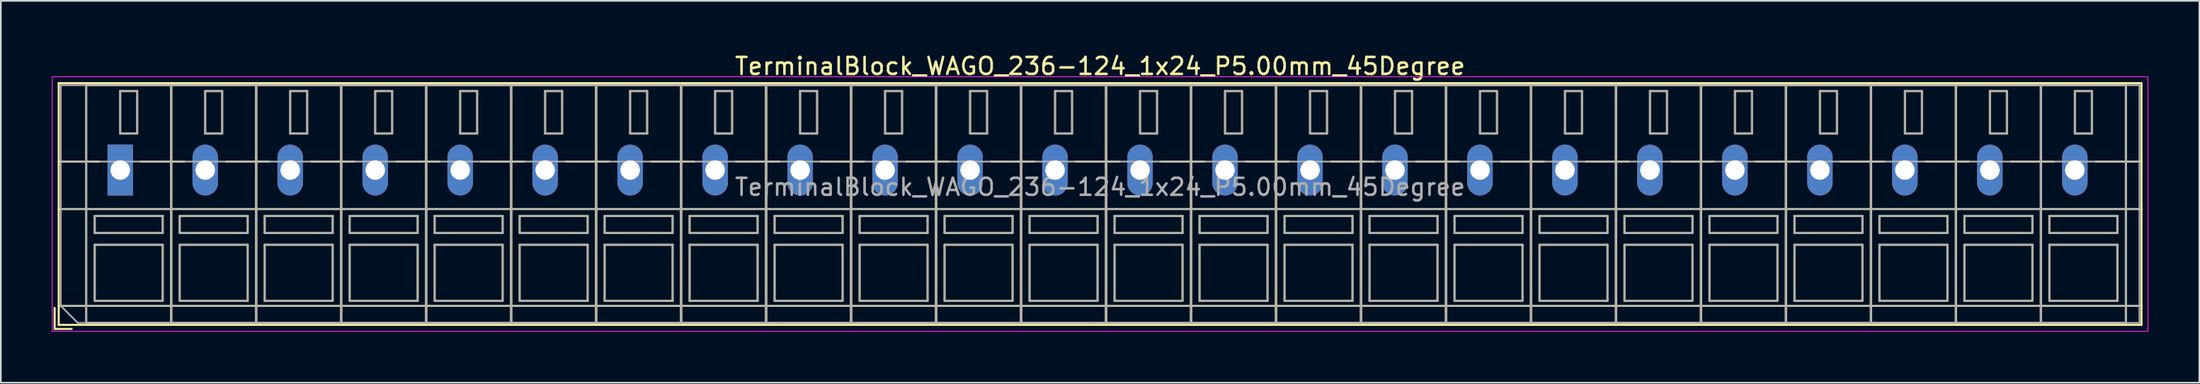
<source format=kicad_pcb>
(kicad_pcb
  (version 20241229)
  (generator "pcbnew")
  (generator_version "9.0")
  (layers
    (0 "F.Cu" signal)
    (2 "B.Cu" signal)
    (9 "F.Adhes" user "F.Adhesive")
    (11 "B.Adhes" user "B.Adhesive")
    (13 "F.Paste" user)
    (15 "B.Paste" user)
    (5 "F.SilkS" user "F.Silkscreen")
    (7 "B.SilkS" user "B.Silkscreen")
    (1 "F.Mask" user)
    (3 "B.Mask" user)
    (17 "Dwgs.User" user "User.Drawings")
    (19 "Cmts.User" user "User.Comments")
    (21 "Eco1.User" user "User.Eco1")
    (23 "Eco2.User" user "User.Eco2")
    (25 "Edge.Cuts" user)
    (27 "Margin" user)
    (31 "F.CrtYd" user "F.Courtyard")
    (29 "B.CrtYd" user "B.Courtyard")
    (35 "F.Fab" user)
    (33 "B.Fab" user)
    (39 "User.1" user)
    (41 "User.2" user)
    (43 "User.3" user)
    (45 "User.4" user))
  (footprint "TerminalBlock_WAGO_236-124_1x24_P5.00mm_45Degree"
    (layer "F.Cu")
    (at 4.025 6.968)
    (property "Reference" "TerminalBlock_WAGO_236-124_1x24_P5.00mm_45Degree" (at 57.65 -6.12 0) (layer "F.SilkS") (effects (font (size 1 1) (thickness 0.15))))
    (attr through_hole)
    (fp_line (start -3.86 8.12) (end -3.86 9.36) (stroke (width 0.12) (type solid)) (layer "F.SilkS"))
    (fp_line (start -3.86 9.36) (end -2.86 9.36) (stroke (width 0.12) (type solid)) (layer "F.SilkS"))
    (fp_line (start -3.62 -5.12) (end -3.62 9.12) (stroke (width 0.12) (type solid)) (layer "F.SilkS"))
    (fp_line (start -3.62 -5.12) (end 118.92 -5.12) (stroke (width 0.12) (type solid)) (layer "F.SilkS"))
    (fp_line (start -3.62 -0.5) (end -1.23 -0.5) (stroke (width 0.12) (type solid)) (layer "F.SilkS"))
    (fp_line (start -3.62 2.3) (end 118.92 2.3) (stroke (width 0.12) (type solid)) (layer "F.SilkS"))
    (fp_line (start -3.62 8) (end 118.92 8) (stroke (width 0.12) (type solid)) (layer "F.SilkS"))
    (fp_line (start -3.62 9.12) (end 118.92 9.12) (stroke (width 0.12) (type solid)) (layer "F.SilkS"))
    (fp_line (start -2 -5) (end -2 9) (stroke (width 0.12) (type solid)) (layer "F.SilkS"))
    (fp_line (start -2 -5) (end 3 -5) (stroke (width 0.12) (type solid)) (layer "F.SilkS"))
    (fp_line (start -2 9) (end 3 9) (stroke (width 0.12) (type solid)) (layer "F.SilkS"))
    (fp_line (start -1.5 2.7) (end -1.5 3.7) (stroke (width 0.12) (type solid)) (layer "F.SilkS"))
    (fp_line (start -1.5 2.7) (end 2.5 2.7) (stroke (width 0.12) (type solid)) (layer "F.SilkS"))
    (fp_line (start -1.5 3.7) (end 2.5 3.7) (stroke (width 0.12) (type solid)) (layer "F.SilkS"))
    (fp_line (start -1.5 4.4) (end -1.5 7.7) (stroke (width 0.12) (type solid)) (layer "F.SilkS"))
    (fp_line (start -1.5 4.4) (end 2.5 4.4) (stroke (width 0.12) (type solid)) (layer "F.SilkS"))
    (fp_line (start -1.5 7.7) (end 2.5 7.7) (stroke (width 0.12) (type solid)) (layer "F.SilkS"))
    (fp_line (start 0 -4.65) (end 0 -2.151) (stroke (width 0.12) (type solid)) (layer "F.SilkS"))
    (fp_line (start 0 -4.65) (end 1 -4.65) (stroke (width 0.12) (type solid)) (layer "F.SilkS"))
    (fp_line (start 0 -2.151) (end 1 -2.151) (stroke (width 0.12) (type solid)) (layer "F.SilkS"))
    (fp_line (start 1 -4.65) (end 1 -2.151) (stroke (width 0.12) (type solid)) (layer "F.SilkS"))
    (fp_line (start 1.23 -0.5) (end 3.77 -0.5) (stroke (width 0.12) (type solid)) (layer "F.SilkS"))
    (fp_line (start 2.5 2.7) (end 2.5 3.7) (stroke (width 0.12) (type solid)) (layer "F.SilkS"))
    (fp_line (start 2.5 4.4) (end 2.5 7.7) (stroke (width 0.12) (type solid)) (layer "F.SilkS"))
    (fp_line (start 3 -5) (end 3 9) (stroke (width 0.12) (type solid)) (layer "F.SilkS"))
    (fp_line (start 3 -5) (end 3 9) (stroke (width 0.12) (type solid)) (layer "F.SilkS"))
    (fp_line (start 3 -5) (end 8 -5) (stroke (width 0.12) (type solid)) (layer "F.SilkS"))
    (fp_line (start 3 9) (end 8 9) (stroke (width 0.12) (type solid)) (layer "F.SilkS"))
    (fp_line (start 3.5 2.7) (end 3.5 3.7) (stroke (width 0.12) (type solid)) (layer "F.SilkS"))
    (fp_line (start 3.5 2.7) (end 7.5 2.7) (stroke (width 0.12) (type solid)) (layer "F.SilkS"))
    (fp_line (start 3.5 3.7) (end 7.5 3.7) (stroke (width 0.12) (type solid)) (layer "F.SilkS"))
    (fp_line (start 3.5 4.4) (end 3.5 7.7) (stroke (width 0.12) (type solid)) (layer "F.SilkS"))
    (fp_line (start 3.5 4.4) (end 7.5 4.4) (stroke (width 0.12) (type solid)) (layer "F.SilkS"))
    (fp_line (start 3.5 7.7) (end 7.5 7.7) (stroke (width 0.12) (type solid)) (layer "F.SilkS"))
    (fp_line (start 5 -4.65) (end 5 -2.151) (stroke (width 0.12) (type solid)) (layer "F.SilkS"))
    (fp_line (start 5 -4.65) (end 6 -4.65) (stroke (width 0.12) (type solid)) (layer "F.SilkS"))
    (fp_line (start 5 -2.151) (end 6 -2.151) (stroke (width 0.12) (type solid)) (layer "F.SilkS"))
    (fp_line (start 6 -4.65) (end 6 -2.151) (stroke (width 0.12) (type solid)) (layer "F.SilkS"))
    (fp_line (start 6.23 -0.5) (end 8.77 -0.5) (stroke (width 0.12) (type solid)) (layer "F.SilkS"))
    (fp_line (start 7.5 2.7) (end 7.5 3.7) (stroke (width 0.12) (type solid)) (layer "F.SilkS"))
    (fp_line (start 7.5 4.4) (end 7.5 7.7) (stroke (width 0.12) (type solid)) (layer "F.SilkS"))
    (fp_line (start 8 -5) (end 8 9) (stroke (width 0.12) (type solid)) (layer "F.SilkS"))
    (fp_line (start 8 -5) (end 8 9) (stroke (width 0.12) (type solid)) (layer "F.SilkS"))
    (fp_line (start 8 -5) (end 13 -5) (stroke (width 0.12) (type solid)) (layer "F.SilkS"))
    (fp_line (start 8 9) (end 13 9) (stroke (width 0.12) (type solid)) (layer "F.SilkS"))
    (fp_line (start 8.5 2.7) (end 8.5 3.7) (stroke (width 0.12) (type solid)) (layer "F.SilkS"))
    (fp_line (start 8.5 2.7) (end 12.5 2.7) (stroke (width 0.12) (type solid)) (layer "F.SilkS"))
    (fp_line (start 8.5 3.7) (end 12.5 3.7) (stroke (width 0.12) (type solid)) (layer "F.SilkS"))
    (fp_line (start 8.5 4.4) (end 8.5 7.7) (stroke (width 0.12) (type solid)) (layer "F.SilkS"))
    (fp_line (start 8.5 4.4) (end 12.5 4.4) (stroke (width 0.12) (type solid)) (layer "F.SilkS"))
    (fp_line (start 8.5 7.7) (end 12.5 7.7) (stroke (width 0.12) (type solid)) (layer "F.SilkS"))
    (fp_line (start 10 -4.65) (end 10 -2.151) (stroke (width 0.12) (type solid)) (layer "F.SilkS"))
    (fp_line (start 10 -4.65) (end 11 -4.65) (stroke (width 0.12) (type solid)) (layer "F.SilkS"))
    (fp_line (start 10 -2.151) (end 11 -2.151) (stroke (width 0.12) (type solid)) (layer "F.SilkS"))
    (fp_line (start 11 -4.65) (end 11 -2.151) (stroke (width 0.12) (type solid)) (layer "F.SilkS"))
    (fp_line (start 11.23 -0.5) (end 13.77 -0.5) (stroke (width 0.12) (type solid)) (layer "F.SilkS"))
    (fp_line (start 12.5 2.7) (end 12.5 3.7) (stroke (width 0.12) (type solid)) (layer "F.SilkS"))
    (fp_line (start 12.5 4.4) (end 12.5 7.7) (stroke (width 0.12) (type solid)) (layer "F.SilkS"))
    (fp_line (start 13 -5) (end 13 9) (stroke (width 0.12) (type solid)) (layer "F.SilkS"))
    (fp_line (start 13 -5) (end 13 9) (stroke (width 0.12) (type solid)) (layer "F.SilkS"))
    (fp_line (start 13 -5) (end 18 -5) (stroke (width 0.12) (type solid)) (layer "F.SilkS"))
    (fp_line (start 13 9) (end 18 9) (stroke (width 0.12) (type solid)) (layer "F.SilkS"))
    (fp_line (start 13.5 2.7) (end 13.5 3.7) (stroke (width 0.12) (type solid)) (layer "F.SilkS"))
    (fp_line (start 13.5 2.7) (end 17.5 2.7) (stroke (width 0.12) (type solid)) (layer "F.SilkS"))
    (fp_line (start 13.5 3.7) (end 17.5 3.7) (stroke (width 0.12) (type solid)) (layer "F.SilkS"))
    (fp_line (start 13.5 4.4) (end 13.5 7.7) (stroke (width 0.12) (type solid)) (layer "F.SilkS"))
    (fp_line (start 13.5 4.4) (end 17.5 4.4) (stroke (width 0.12) (type solid)) (layer "F.SilkS"))
    (fp_line (start 13.5 7.7) (end 17.5 7.7) (stroke (width 0.12) (type solid)) (layer "F.SilkS"))
    (fp_line (start 15 -4.65) (end 15 -2.151) (stroke (width 0.12) (type solid)) (layer "F.SilkS"))
    (fp_line (start 15 -4.65) (end 16 -4.65) (stroke (width 0.12) (type solid)) (layer "F.SilkS"))
    (fp_line (start 15 -2.151) (end 16 -2.151) (stroke (width 0.12) (type solid)) (layer "F.SilkS"))
    (fp_line (start 16 -4.65) (end 16 -2.151) (stroke (width 0.12) (type solid)) (layer "F.SilkS"))
    (fp_line (start 16.23 -0.5) (end 18.77 -0.5) (stroke (width 0.12) (type solid)) (layer "F.SilkS"))
    (fp_line (start 17.5 2.7) (end 17.5 3.7) (stroke (width 0.12) (type solid)) (layer "F.SilkS"))
    (fp_line (start 17.5 4.4) (end 17.5 7.7) (stroke (width 0.12) (type solid)) (layer "F.SilkS"))
    (fp_line (start 18 -5) (end 18 9) (stroke (width 0.12) (type solid)) (layer "F.SilkS"))
    (fp_line (start 18 -5) (end 18 9) (stroke (width 0.12) (type solid)) (layer "F.SilkS"))
    (fp_line (start 18 -5) (end 23 -5) (stroke (width 0.12) (type solid)) (layer "F.SilkS"))
    (fp_line (start 18 9) (end 23 9) (stroke (width 0.12) (type solid)) (layer "F.SilkS"))
    (fp_line (start 18.5 2.7) (end 18.5 3.7) (stroke (width 0.12) (type solid)) (layer "F.SilkS"))
    (fp_line (start 18.5 2.7) (end 22.5 2.7) (stroke (width 0.12) (type solid)) (layer "F.SilkS"))
    (fp_line (start 18.5 3.7) (end 22.5 3.7) (stroke (width 0.12) (type solid)) (layer "F.SilkS"))
    (fp_line (start 18.5 4.4) (end 18.5 7.7) (stroke (width 0.12) (type solid)) (layer "F.SilkS"))
    (fp_line (start 18.5 4.4) (end 22.5 4.4) (stroke (width 0.12) (type solid)) (layer "F.SilkS"))
    (fp_line (start 18.5 7.7) (end 22.5 7.7) (stroke (width 0.12) (type solid)) (layer "F.SilkS"))
    (fp_line (start 20 -4.65) (end 20 -2.151) (stroke (width 0.12) (type solid)) (layer "F.SilkS"))
    (fp_line (start 20 -4.65) (end 21 -4.65) (stroke (width 0.12) (type solid)) (layer "F.SilkS"))
    (fp_line (start 20 -2.151) (end 21 -2.151) (stroke (width 0.12) (type solid)) (layer "F.SilkS"))
    (fp_line (start 21 -4.65) (end 21 -2.151) (stroke (width 0.12) (type solid)) (layer "F.SilkS"))
    (fp_line (start 21.23 -0.5) (end 23.77 -0.5) (stroke (width 0.12) (type solid)) (layer "F.SilkS"))
    (fp_line (start 22.5 2.7) (end 22.5 3.7) (stroke (width 0.12) (type solid)) (layer "F.SilkS"))
    (fp_line (start 22.5 4.4) (end 22.5 7.7) (stroke (width 0.12) (type solid)) (layer "F.SilkS"))
    (fp_line (start 23 -5) (end 23 9) (stroke (width 0.12) (type solid)) (layer "F.SilkS"))
    (fp_line (start 23 -5) (end 23 9) (stroke (width 0.12) (type solid)) (layer "F.SilkS"))
    (fp_line (start 23 -5) (end 28 -5) (stroke (width 0.12) (type solid)) (layer "F.SilkS"))
    (fp_line (start 23 9) (end 28 9) (stroke (width 0.12) (type solid)) (layer "F.SilkS"))
    (fp_line (start 23.5 2.7) (end 23.5 3.7) (stroke (width 0.12) (type solid)) (layer "F.SilkS"))
    (fp_line (start 23.5 2.7) (end 27.5 2.7) (stroke (width 0.12) (type solid)) (layer "F.SilkS"))
    (fp_line (start 23.5 3.7) (end 27.5 3.7) (stroke (width 0.12) (type solid)) (layer "F.SilkS"))
    (fp_line (start 23.5 4.4) (end 23.5 7.7) (stroke (width 0.12) (type solid)) (layer "F.SilkS"))
    (fp_line (start 23.5 4.4) (end 27.5 4.4) (stroke (width 0.12) (type solid)) (layer "F.SilkS"))
    (fp_line (start 23.5 7.7) (end 27.5 7.7) (stroke (width 0.12) (type solid)) (layer "F.SilkS"))
    (fp_line (start 25 -4.65) (end 25 -2.151) (stroke (width 0.12) (type solid)) (layer "F.SilkS"))
    (fp_line (start 25 -4.65) (end 26 -4.65) (stroke (width 0.12) (type solid)) (layer "F.SilkS"))
    (fp_line (start 25 -2.151) (end 26 -2.151) (stroke (width 0.12) (type solid)) (layer "F.SilkS"))
    (fp_line (start 26 -4.65) (end 26 -2.151) (stroke (width 0.12) (type solid)) (layer "F.SilkS"))
    (fp_line (start 26.23 -0.5) (end 28.77 -0.5) (stroke (width 0.12) (type solid)) (layer "F.SilkS"))
    (fp_line (start 27.5 2.7) (end 27.5 3.7) (stroke (width 0.12) (type solid)) (layer "F.SilkS"))
    (fp_line (start 27.5 4.4) (end 27.5 7.7) (stroke (width 0.12) (type solid)) (layer "F.SilkS"))
    (fp_line (start 28 -5) (end 28 9) (stroke (width 0.12) (type solid)) (layer "F.SilkS"))
    (fp_line (start 28 -5) (end 28 9) (stroke (width 0.12) (type solid)) (layer "F.SilkS"))
    (fp_line (start 28 -5) (end 33 -5) (stroke (width 0.12) (type solid)) (layer "F.SilkS"))
    (fp_line (start 28 9) (end 33 9) (stroke (width 0.12) (type solid)) (layer "F.SilkS"))
    (fp_line (start 28.5 2.7) (end 28.5 3.7) (stroke (width 0.12) (type solid)) (layer "F.SilkS"))
    (fp_line (start 28.5 2.7) (end 32.5 2.7) (stroke (width 0.12) (type solid)) (layer "F.SilkS"))
    (fp_line (start 28.5 3.7) (end 32.5 3.7) (stroke (width 0.12) (type solid)) (layer "F.SilkS"))
    (fp_line (start 28.5 4.4) (end 28.5 7.7) (stroke (width 0.12) (type solid)) (layer "F.SilkS"))
    (fp_line (start 28.5 4.4) (end 32.5 4.4) (stroke (width 0.12) (type solid)) (layer "F.SilkS"))
    (fp_line (start 28.5 7.7) (end 32.5 7.7) (stroke (width 0.12) (type solid)) (layer "F.SilkS"))
    (fp_line (start 30 -4.65) (end 30 -2.151) (stroke (width 0.12) (type solid)) (layer "F.SilkS"))
    (fp_line (start 30 -4.65) (end 31 -4.65) (stroke (width 0.12) (type solid)) (layer "F.SilkS"))
    (fp_line (start 30 -2.151) (end 31 -2.151) (stroke (width 0.12) (type solid)) (layer "F.SilkS"))
    (fp_line (start 31 -4.65) (end 31 -2.151) (stroke (width 0.12) (type solid)) (layer "F.SilkS"))
    (fp_line (start 31.23 -0.5) (end 33.77 -0.5) (stroke (width 0.12) (type solid)) (layer "F.SilkS"))
    (fp_line (start 32.5 2.7) (end 32.5 3.7) (stroke (width 0.12) (type solid)) (layer "F.SilkS"))
    (fp_line (start 32.5 4.4) (end 32.5 7.7) (stroke (width 0.12) (type solid)) (layer "F.SilkS"))
    (fp_line (start 33 -5) (end 33 9) (stroke (width 0.12) (type solid)) (layer "F.SilkS"))
    (fp_line (start 33 -5) (end 33 9) (stroke (width 0.12) (type solid)) (layer "F.SilkS"))
    (fp_line (start 33 -5) (end 38 -5) (stroke (width 0.12) (type solid)) (layer "F.SilkS"))
    (fp_line (start 33 9) (end 38 9) (stroke (width 0.12) (type solid)) (layer "F.SilkS"))
    (fp_line (start 33.5 2.7) (end 33.5 3.7) (stroke (width 0.12) (type solid)) (layer "F.SilkS"))
    (fp_line (start 33.5 2.7) (end 37.5 2.7) (stroke (width 0.12) (type solid)) (layer "F.SilkS"))
    (fp_line (start 33.5 3.7) (end 37.5 3.7) (stroke (width 0.12) (type solid)) (layer "F.SilkS"))
    (fp_line (start 33.5 4.4) (end 33.5 7.7) (stroke (width 0.12) (type solid)) (layer "F.SilkS"))
    (fp_line (start 33.5 4.4) (end 37.5 4.4) (stroke (width 0.12) (type solid)) (layer "F.SilkS"))
    (fp_line (start 33.5 7.7) (end 37.5 7.7) (stroke (width 0.12) (type solid)) (layer "F.SilkS"))
    (fp_line (start 35 -4.65) (end 35 -2.151) (stroke (width 0.12) (type solid)) (layer "F.SilkS"))
    (fp_line (start 35 -4.65) (end 36 -4.65) (stroke (width 0.12) (type solid)) (layer "F.SilkS"))
    (fp_line (start 35 -2.151) (end 36 -2.151) (stroke (width 0.12) (type solid)) (layer "F.SilkS"))
    (fp_line (start 36 -4.65) (end 36 -2.151) (stroke (width 0.12) (type solid)) (layer "F.SilkS"))
    (fp_line (start 36.23 -0.5) (end 38.77 -0.5) (stroke (width 0.12) (type solid)) (layer "F.SilkS"))
    (fp_line (start 37.5 2.7) (end 37.5 3.7) (stroke (width 0.12) (type solid)) (layer "F.SilkS"))
    (fp_line (start 37.5 4.4) (end 37.5 7.7) (stroke (width 0.12) (type solid)) (layer "F.SilkS"))
    (fp_line (start 38 -5) (end 38 9) (stroke (width 0.12) (type solid)) (layer "F.SilkS"))
    (fp_line (start 38 -5) (end 38 9) (stroke (width 0.12) (type solid)) (layer "F.SilkS"))
    (fp_line (start 38 -5) (end 43 -5) (stroke (width 0.12) (type solid)) (layer "F.SilkS"))
    (fp_line (start 38 9) (end 43 9) (stroke (width 0.12) (type solid)) (layer "F.SilkS"))
    (fp_line (start 38.5 2.7) (end 38.5 3.7) (stroke (width 0.12) (type solid)) (layer "F.SilkS"))
    (fp_line (start 38.5 2.7) (end 42.5 2.7) (stroke (width 0.12) (type solid)) (layer "F.SilkS"))
    (fp_line (start 38.5 3.7) (end 42.5 3.7) (stroke (width 0.12) (type solid)) (layer "F.SilkS"))
    (fp_line (start 38.5 4.4) (end 38.5 7.7) (stroke (width 0.12) (type solid)) (layer "F.SilkS"))
    (fp_line (start 38.5 4.4) (end 42.5 4.4) (stroke (width 0.12) (type solid)) (layer "F.SilkS"))
    (fp_line (start 38.5 7.7) (end 42.5 7.7) (stroke (width 0.12) (type solid)) (layer "F.SilkS"))
    (fp_line (start 40 -4.65) (end 40 -2.151) (stroke (width 0.12) (type solid)) (layer "F.SilkS"))
    (fp_line (start 40 -4.65) (end 41 -4.65) (stroke (width 0.12) (type solid)) (layer "F.SilkS"))
    (fp_line (start 40 -2.151) (end 41 -2.151) (stroke (width 0.12) (type solid)) (layer "F.SilkS"))
    (fp_line (start 41 -4.65) (end 41 -2.151) (stroke (width 0.12) (type solid)) (layer "F.SilkS"))
    (fp_line (start 41.23 -0.5) (end 43.77 -0.5) (stroke (width 0.12) (type solid)) (layer "F.SilkS"))
    (fp_line (start 42.5 2.7) (end 42.5 3.7) (stroke (width 0.12) (type solid)) (layer "F.SilkS"))
    (fp_line (start 42.5 4.4) (end 42.5 7.7) (stroke (width 0.12) (type solid)) (layer "F.SilkS"))
    (fp_line (start 43 -5) (end 43 9) (stroke (width 0.12) (type solid)) (layer "F.SilkS"))
    (fp_line (start 43 -5) (end 43 9) (stroke (width 0.12) (type solid)) (layer "F.SilkS"))
    (fp_line (start 43 -5) (end 48 -5) (stroke (width 0.12) (type solid)) (layer "F.SilkS"))
    (fp_line (start 43 9) (end 48 9) (stroke (width 0.12) (type solid)) (layer "F.SilkS"))
    (fp_line (start 43.5 2.7) (end 43.5 3.7) (stroke (width 0.12) (type solid)) (layer "F.SilkS"))
    (fp_line (start 43.5 2.7) (end 47.5 2.7) (stroke (width 0.12) (type solid)) (layer "F.SilkS"))
    (fp_line (start 43.5 3.7) (end 47.5 3.7) (stroke (width 0.12) (type solid)) (layer "F.SilkS"))
    (fp_line (start 43.5 4.4) (end 43.5 7.7) (stroke (width 0.12) (type solid)) (layer "F.SilkS"))
    (fp_line (start 43.5 4.4) (end 47.5 4.4) (stroke (width 0.12) (type solid)) (layer "F.SilkS"))
    (fp_line (start 43.5 7.7) (end 47.5 7.7) (stroke (width 0.12) (type solid)) (layer "F.SilkS"))
    (fp_line (start 45 -4.65) (end 45 -2.151) (stroke (width 0.12) (type solid)) (layer "F.SilkS"))
    (fp_line (start 45 -4.65) (end 46 -4.65) (stroke (width 0.12) (type solid)) (layer "F.SilkS"))
    (fp_line (start 45 -2.151) (end 46 -2.151) (stroke (width 0.12) (type solid)) (layer "F.SilkS"))
    (fp_line (start 46 -4.65) (end 46 -2.151) (stroke (width 0.12) (type solid)) (layer "F.SilkS"))
    (fp_line (start 46.23 -0.5) (end 48.77 -0.5) (stroke (width 0.12) (type solid)) (layer "F.SilkS"))
    (fp_line (start 47.5 2.7) (end 47.5 3.7) (stroke (width 0.12) (type solid)) (layer "F.SilkS"))
    (fp_line (start 47.5 4.4) (end 47.5 7.7) (stroke (width 0.12) (type solid)) (layer "F.SilkS"))
    (fp_line (start 48 -5) (end 48 9) (stroke (width 0.12) (type solid)) (layer "F.SilkS"))
    (fp_line (start 48 -5) (end 48 9) (stroke (width 0.12) (type solid)) (layer "F.SilkS"))
    (fp_line (start 48 -5) (end 53 -5) (stroke (width 0.12) (type solid)) (layer "F.SilkS"))
    (fp_line (start 48 9) (end 53 9) (stroke (width 0.12) (type solid)) (layer "F.SilkS"))
    (fp_line (start 48.5 2.7) (end 48.5 3.7) (stroke (width 0.12) (type solid)) (layer "F.SilkS"))
    (fp_line (start 48.5 2.7) (end 52.5 2.7) (stroke (width 0.12) (type solid)) (layer "F.SilkS"))
    (fp_line (start 48.5 3.7) (end 52.5 3.7) (stroke (width 0.12) (type solid)) (layer "F.SilkS"))
    (fp_line (start 48.5 4.4) (end 48.5 7.7) (stroke (width 0.12) (type solid)) (layer "F.SilkS"))
    (fp_line (start 48.5 4.4) (end 52.5 4.4) (stroke (width 0.12) (type solid)) (layer "F.SilkS"))
    (fp_line (start 48.5 7.7) (end 52.5 7.7) (stroke (width 0.12) (type solid)) (layer "F.SilkS"))
    (fp_line (start 50 -4.65) (end 50 -2.151) (stroke (width 0.12) (type solid)) (layer "F.SilkS"))
    (fp_line (start 50 -4.65) (end 51 -4.65) (stroke (width 0.12) (type solid)) (layer "F.SilkS"))
    (fp_line (start 50 -2.151) (end 51 -2.151) (stroke (width 0.12) (type solid)) (layer "F.SilkS"))
    (fp_line (start 51 -4.65) (end 51 -2.151) (stroke (width 0.12) (type solid)) (layer "F.SilkS"))
    (fp_line (start 51.23 -0.5) (end 53.77 -0.5) (stroke (width 0.12) (type solid)) (layer "F.SilkS"))
    (fp_line (start 52.5 2.7) (end 52.5 3.7) (stroke (width 0.12) (type solid)) (layer "F.SilkS"))
    (fp_line (start 52.5 4.4) (end 52.5 7.7) (stroke (width 0.12) (type solid)) (layer "F.SilkS"))
    (fp_line (start 53 -5) (end 53 9) (stroke (width 0.12) (type solid)) (layer "F.SilkS"))
    (fp_line (start 53 -5) (end 53 9) (stroke (width 0.12) (type solid)) (layer "F.SilkS"))
    (fp_line (start 53 -5) (end 58 -5) (stroke (width 0.12) (type solid)) (layer "F.SilkS"))
    (fp_line (start 53 9) (end 58 9) (stroke (width 0.12) (type solid)) (layer "F.SilkS"))
    (fp_line (start 53.5 2.7) (end 53.5 3.7) (stroke (width 0.12) (type solid)) (layer "F.SilkS"))
    (fp_line (start 53.5 2.7) (end 57.5 2.7) (stroke (width 0.12) (type solid)) (layer "F.SilkS"))
    (fp_line (start 53.5 3.7) (end 57.5 3.7) (stroke (width 0.12) (type solid)) (layer "F.SilkS"))
    (fp_line (start 53.5 4.4) (end 53.5 7.7) (stroke (width 0.12) (type solid)) (layer "F.SilkS"))
    (fp_line (start 53.5 4.4) (end 57.5 4.4) (stroke (width 0.12) (type solid)) (layer "F.SilkS"))
    (fp_line (start 53.5 7.7) (end 57.5 7.7) (stroke (width 0.12) (type solid)) (layer "F.SilkS"))
    (fp_line (start 55 -4.65) (end 55 -2.151) (stroke (width 0.12) (type solid)) (layer "F.SilkS"))
    (fp_line (start 55 -4.65) (end 56 -4.65) (stroke (width 0.12) (type solid)) (layer "F.SilkS"))
    (fp_line (start 55 -2.151) (end 56 -2.151) (stroke (width 0.12) (type solid)) (layer "F.SilkS"))
    (fp_line (start 56 -4.65) (end 56 -2.151) (stroke (width 0.12) (type solid)) (layer "F.SilkS"))
    (fp_line (start 56.23 -0.5) (end 58.77 -0.5) (stroke (width 0.12) (type solid)) (layer "F.SilkS"))
    (fp_line (start 57.5 2.7) (end 57.5 3.7) (stroke (width 0.12) (type solid)) (layer "F.SilkS"))
    (fp_line (start 57.5 4.4) (end 57.5 7.7) (stroke (width 0.12) (type solid)) (layer "F.SilkS"))
    (fp_line (start 58 -5) (end 58 9) (stroke (width 0.12) (type solid)) (layer "F.SilkS"))
    (fp_line (start 58 -5) (end 58 9) (stroke (width 0.12) (type solid)) (layer "F.SilkS"))
    (fp_line (start 58 -5) (end 63 -5) (stroke (width 0.12) (type solid)) (layer "F.SilkS"))
    (fp_line (start 58 9) (end 63 9) (stroke (width 0.12) (type solid)) (layer "F.SilkS"))
    (fp_line (start 58.5 2.7) (end 58.5 3.7) (stroke (width 0.12) (type solid)) (layer "F.SilkS"))
    (fp_line (start 58.5 2.7) (end 62.5 2.7) (stroke (width 0.12) (type solid)) (layer "F.SilkS"))
    (fp_line (start 58.5 3.7) (end 62.5 3.7) (stroke (width 0.12) (type solid)) (layer "F.SilkS"))
    (fp_line (start 58.5 4.4) (end 58.5 7.7) (stroke (width 0.12) (type solid)) (layer "F.SilkS"))
    (fp_line (start 58.5 4.4) (end 62.5 4.4) (stroke (width 0.12) (type solid)) (layer "F.SilkS"))
    (fp_line (start 58.5 7.7) (end 62.5 7.7) (stroke (width 0.12) (type solid)) (layer "F.SilkS"))
    (fp_line (start 60 -4.65) (end 60 -2.151) (stroke (width 0.12) (type solid)) (layer "F.SilkS"))
    (fp_line (start 60 -4.65) (end 61 -4.65) (stroke (width 0.12) (type solid)) (layer "F.SilkS"))
    (fp_line (start 60 -2.151) (end 61 -2.151) (stroke (width 0.12) (type solid)) (layer "F.SilkS"))
    (fp_line (start 61 -4.65) (end 61 -2.151) (stroke (width 0.12) (type solid)) (layer "F.SilkS"))
    (fp_line (start 61.23 -0.5) (end 63.77 -0.5) (stroke (width 0.12) (type solid)) (layer "F.SilkS"))
    (fp_line (start 62.5 2.7) (end 62.5 3.7) (stroke (width 0.12) (type solid)) (layer "F.SilkS"))
    (fp_line (start 62.5 4.4) (end 62.5 7.7) (stroke (width 0.12) (type solid)) (layer "F.SilkS"))
    (fp_line (start 63 -5) (end 63 9) (stroke (width 0.12) (type solid)) (layer "F.SilkS"))
    (fp_line (start 63 -5) (end 63 9) (stroke (width 0.12) (type solid)) (layer "F.SilkS"))
    (fp_line (start 63 -5) (end 68 -5) (stroke (width 0.12) (type solid)) (layer "F.SilkS"))
    (fp_line (start 63 9) (end 68 9) (stroke (width 0.12) (type solid)) (layer "F.SilkS"))
    (fp_line (start 63.5 2.7) (end 63.5 3.7) (stroke (width 0.12) (type solid)) (layer "F.SilkS"))
    (fp_line (start 63.5 2.7) (end 67.5 2.7) (stroke (width 0.12) (type solid)) (layer "F.SilkS"))
    (fp_line (start 63.5 3.7) (end 67.5 3.7) (stroke (width 0.12) (type solid)) (layer "F.SilkS"))
    (fp_line (start 63.5 4.4) (end 63.5 7.7) (stroke (width 0.12) (type solid)) (layer "F.SilkS"))
    (fp_line (start 63.5 4.4) (end 67.5 4.4) (stroke (width 0.12) (type solid)) (layer "F.SilkS"))
    (fp_line (start 63.5 7.7) (end 67.5 7.7) (stroke (width 0.12) (type solid)) (layer "F.SilkS"))
    (fp_line (start 65 -4.65) (end 65 -2.151) (stroke (width 0.12) (type solid)) (layer "F.SilkS"))
    (fp_line (start 65 -4.65) (end 66 -4.65) (stroke (width 0.12) (type solid)) (layer "F.SilkS"))
    (fp_line (start 65 -2.151) (end 66 -2.151) (stroke (width 0.12) (type solid)) (layer "F.SilkS"))
    (fp_line (start 66 -4.65) (end 66 -2.151) (stroke (width 0.12) (type solid)) (layer "F.SilkS"))
    (fp_line (start 66.23 -0.5) (end 68.77 -0.5) (stroke (width 0.12) (type solid)) (layer "F.SilkS"))
    (fp_line (start 67.5 2.7) (end 67.5 3.7) (stroke (width 0.12) (type solid)) (layer "F.SilkS"))
    (fp_line (start 67.5 4.4) (end 67.5 7.7) (stroke (width 0.12) (type solid)) (layer "F.SilkS"))
    (fp_line (start 68 -5) (end 68 9) (stroke (width 0.12) (type solid)) (layer "F.SilkS"))
    (fp_line (start 68 -5) (end 68 9) (stroke (width 0.12) (type solid)) (layer "F.SilkS"))
    (fp_line (start 68 -5) (end 73 -5) (stroke (width 0.12) (type solid)) (layer "F.SilkS"))
    (fp_line (start 68 9) (end 73 9) (stroke (width 0.12) (type solid)) (layer "F.SilkS"))
    (fp_line (start 68.5 2.7) (end 68.5 3.7) (stroke (width 0.12) (type solid)) (layer "F.SilkS"))
    (fp_line (start 68.5 2.7) (end 72.5 2.7) (stroke (width 0.12) (type solid)) (layer "F.SilkS"))
    (fp_line (start 68.5 3.7) (end 72.5 3.7) (stroke (width 0.12) (type solid)) (layer "F.SilkS"))
    (fp_line (start 68.5 4.4) (end 68.5 7.7) (stroke (width 0.12) (type solid)) (layer "F.SilkS"))
    (fp_line (start 68.5 4.4) (end 72.5 4.4) (stroke (width 0.12) (type solid)) (layer "F.SilkS"))
    (fp_line (start 68.5 7.7) (end 72.5 7.7) (stroke (width 0.12) (type solid)) (layer "F.SilkS"))
    (fp_line (start 70 -4.65) (end 70 -2.151) (stroke (width 0.12) (type solid)) (layer "F.SilkS"))
    (fp_line (start 70 -4.65) (end 71 -4.65) (stroke (width 0.12) (type solid)) (layer "F.SilkS"))
    (fp_line (start 70 -2.151) (end 71 -2.151) (stroke (width 0.12) (type solid)) (layer "F.SilkS"))
    (fp_line (start 71 -4.65) (end 71 -2.151) (stroke (width 0.12) (type solid)) (layer "F.SilkS"))
    (fp_line (start 71.23 -0.5) (end 73.77 -0.5) (stroke (width 0.12) (type solid)) (layer "F.SilkS"))
    (fp_line (start 72.5 2.7) (end 72.5 3.7) (stroke (width 0.12) (type solid)) (layer "F.SilkS"))
    (fp_line (start 72.5 4.4) (end 72.5 7.7) (stroke (width 0.12) (type solid)) (layer "F.SilkS"))
    (fp_line (start 73 -5) (end 73 9) (stroke (width 0.12) (type solid)) (layer "F.SilkS"))
    (fp_line (start 73 -5) (end 73 9) (stroke (width 0.12) (type solid)) (layer "F.SilkS"))
    (fp_line (start 73 -5) (end 78 -5) (stroke (width 0.12) (type solid)) (layer "F.SilkS"))
    (fp_line (start 73 9) (end 78 9) (stroke (width 0.12) (type solid)) (layer "F.SilkS"))
    (fp_line (start 73.5 2.7) (end 73.5 3.7) (stroke (width 0.12) (type solid)) (layer "F.SilkS"))
    (fp_line (start 73.5 2.7) (end 77.5 2.7) (stroke (width 0.12) (type solid)) (layer "F.SilkS"))
    (fp_line (start 73.5 3.7) (end 77.5 3.7) (stroke (width 0.12) (type solid)) (layer "F.SilkS"))
    (fp_line (start 73.5 4.4) (end 73.5 7.7) (stroke (width 0.12) (type solid)) (layer "F.SilkS"))
    (fp_line (start 73.5 4.4) (end 77.5 4.4) (stroke (width 0.12) (type solid)) (layer "F.SilkS"))
    (fp_line (start 73.5 7.7) (end 77.5 7.7) (stroke (width 0.12) (type solid)) (layer "F.SilkS"))
    (fp_line (start 75 -4.65) (end 75 -2.151) (stroke (width 0.12) (type solid)) (layer "F.SilkS"))
    (fp_line (start 75 -4.65) (end 76 -4.65) (stroke (width 0.12) (type solid)) (layer "F.SilkS"))
    (fp_line (start 75 -2.151) (end 76 -2.151) (stroke (width 0.12) (type solid)) (layer "F.SilkS"))
    (fp_line (start 76 -4.65) (end 76 -2.151) (stroke (width 0.12) (type solid)) (layer "F.SilkS"))
    (fp_line (start 76.23 -0.5) (end 78.77 -0.5) (stroke (width 0.12) (type solid)) (layer "F.SilkS"))
    (fp_line (start 77.5 2.7) (end 77.5 3.7) (stroke (width 0.12) (type solid)) (layer "F.SilkS"))
    (fp_line (start 77.5 4.4) (end 77.5 7.7) (stroke (width 0.12) (type solid)) (layer "F.SilkS"))
    (fp_line (start 78 -5) (end 78 9) (stroke (width 0.12) (type solid)) (layer "F.SilkS"))
    (fp_line (start 78 -5) (end 78 9) (stroke (width 0.12) (type solid)) (layer "F.SilkS"))
    (fp_line (start 78 -5) (end 83 -5) (stroke (width 0.12) (type solid)) (layer "F.SilkS"))
    (fp_line (start 78 9) (end 83 9) (stroke (width 0.12) (type solid)) (layer "F.SilkS"))
    (fp_line (start 78.5 2.7) (end 78.5 3.7) (stroke (width 0.12) (type solid)) (layer "F.SilkS"))
    (fp_line (start 78.5 2.7) (end 82.5 2.7) (stroke (width 0.12) (type solid)) (layer "F.SilkS"))
    (fp_line (start 78.5 3.7) (end 82.5 3.7) (stroke (width 0.12) (type solid)) (layer "F.SilkS"))
    (fp_line (start 78.5 4.4) (end 78.5 7.7) (stroke (width 0.12) (type solid)) (layer "F.SilkS"))
    (fp_line (start 78.5 4.4) (end 82.5 4.4) (stroke (width 0.12) (type solid)) (layer "F.SilkS"))
    (fp_line (start 78.5 7.7) (end 82.5 7.7) (stroke (width 0.12) (type solid)) (layer "F.SilkS"))
    (fp_line (start 80 -4.65) (end 80 -2.151) (stroke (width 0.12) (type solid)) (layer "F.SilkS"))
    (fp_line (start 80 -4.65) (end 81 -4.65) (stroke (width 0.12) (type solid)) (layer "F.SilkS"))
    (fp_line (start 80 -2.151) (end 81 -2.151) (stroke (width 0.12) (type solid)) (layer "F.SilkS"))
    (fp_line (start 81 -4.65) (end 81 -2.151) (stroke (width 0.12) (type solid)) (layer "F.SilkS"))
    (fp_line (start 81.23 -0.5) (end 83.77 -0.5) (stroke (width 0.12) (type solid)) (layer "F.SilkS"))
    (fp_line (start 82.5 2.7) (end 82.5 3.7) (stroke (width 0.12) (type solid)) (layer "F.SilkS"))
    (fp_line (start 82.5 4.4) (end 82.5 7.7) (stroke (width 0.12) (type solid)) (layer "F.SilkS"))
    (fp_line (start 83 -5) (end 83 9) (stroke (width 0.12) (type solid)) (layer "F.SilkS"))
    (fp_line (start 83 -5) (end 83 9) (stroke (width 0.12) (type solid)) (layer "F.SilkS"))
    (fp_line (start 83 -5) (end 88 -5) (stroke (width 0.12) (type solid)) (layer "F.SilkS"))
    (fp_line (start 83 9) (end 88 9) (stroke (width 0.12) (type solid)) (layer "F.SilkS"))
    (fp_line (start 83.5 2.7) (end 83.5 3.7) (stroke (width 0.12) (type solid)) (layer "F.SilkS"))
    (fp_line (start 83.5 2.7) (end 87.5 2.7) (stroke (width 0.12) (type solid)) (layer "F.SilkS"))
    (fp_line (start 83.5 3.7) (end 87.5 3.7) (stroke (width 0.12) (type solid)) (layer "F.SilkS"))
    (fp_line (start 83.5 4.4) (end 83.5 7.7) (stroke (width 0.12) (type solid)) (layer "F.SilkS"))
    (fp_line (start 83.5 4.4) (end 87.5 4.4) (stroke (width 0.12) (type solid)) (layer "F.SilkS"))
    (fp_line (start 83.5 7.7) (end 87.5 7.7) (stroke (width 0.12) (type solid)) (layer "F.SilkS"))
    (fp_line (start 85 -4.65) (end 85 -2.151) (stroke (width 0.12) (type solid)) (layer "F.SilkS"))
    (fp_line (start 85 -4.65) (end 86 -4.65) (stroke (width 0.12) (type solid)) (layer "F.SilkS"))
    (fp_line (start 85 -2.151) (end 86 -2.151) (stroke (width 0.12) (type solid)) (layer "F.SilkS"))
    (fp_line (start 86 -4.65) (end 86 -2.151) (stroke (width 0.12) (type solid)) (layer "F.SilkS"))
    (fp_line (start 86.23 -0.5) (end 88.77 -0.5) (stroke (width 0.12) (type solid)) (layer "F.SilkS"))
    (fp_line (start 87.5 2.7) (end 87.5 3.7) (stroke (width 0.12) (type solid)) (layer "F.SilkS"))
    (fp_line (start 87.5 4.4) (end 87.5 7.7) (stroke (width 0.12) (type solid)) (layer "F.SilkS"))
    (fp_line (start 88 -5) (end 88 9) (stroke (width 0.12) (type solid)) (layer "F.SilkS"))
    (fp_line (start 88 -5) (end 88 9) (stroke (width 0.12) (type solid)) (layer "F.SilkS"))
    (fp_line (start 88 -5) (end 93 -5) (stroke (width 0.12) (type solid)) (layer "F.SilkS"))
    (fp_line (start 88 9) (end 93 9) (stroke (width 0.12) (type solid)) (layer "F.SilkS"))
    (fp_line (start 88.5 2.7) (end 88.5 3.7) (stroke (width 0.12) (type solid)) (layer "F.SilkS"))
    (fp_line (start 88.5 2.7) (end 92.5 2.7) (stroke (width 0.12) (type solid)) (layer "F.SilkS"))
    (fp_line (start 88.5 3.7) (end 92.5 3.7) (stroke (width 0.12) (type solid)) (layer "F.SilkS"))
    (fp_line (start 88.5 4.4) (end 88.5 7.7) (stroke (width 0.12) (type solid)) (layer "F.SilkS"))
    (fp_line (start 88.5 4.4) (end 92.5 4.4) (stroke (width 0.12) (type solid)) (layer "F.SilkS"))
    (fp_line (start 88.5 7.7) (end 92.5 7.7) (stroke (width 0.12) (type solid)) (layer "F.SilkS"))
    (fp_line (start 90 -4.65) (end 90 -2.151) (stroke (width 0.12) (type solid)) (layer "F.SilkS"))
    (fp_line (start 90 -4.65) (end 91 -4.65) (stroke (width 0.12) (type solid)) (layer "F.SilkS"))
    (fp_line (start 90 -2.151) (end 91 -2.151) (stroke (width 0.12) (type solid)) (layer "F.SilkS"))
    (fp_line (start 91 -4.65) (end 91 -2.151) (stroke (width 0.12) (type solid)) (layer "F.SilkS"))
    (fp_line (start 91.23 -0.5) (end 93.77 -0.5) (stroke (width 0.12) (type solid)) (layer "F.SilkS"))
    (fp_line (start 92.5 2.7) (end 92.5 3.7) (stroke (width 0.12) (type solid)) (layer "F.SilkS"))
    (fp_line (start 92.5 4.4) (end 92.5 7.7) (stroke (width 0.12) (type solid)) (layer "F.SilkS"))
    (fp_line (start 93 -5) (end 93 9) (stroke (width 0.12) (type solid)) (layer "F.SilkS"))
    (fp_line (start 93 -5) (end 93 9) (stroke (width 0.12) (type solid)) (layer "F.SilkS"))
    (fp_line (start 93 -5) (end 98 -5) (stroke (width 0.12) (type solid)) (layer "F.SilkS"))
    (fp_line (start 93 9) (end 98 9) (stroke (width 0.12) (type solid)) (layer "F.SilkS"))
    (fp_line (start 93.5 2.7) (end 93.5 3.7) (stroke (width 0.12) (type solid)) (layer "F.SilkS"))
    (fp_line (start 93.5 2.7) (end 97.5 2.7) (stroke (width 0.12) (type solid)) (layer "F.SilkS"))
    (fp_line (start 93.5 3.7) (end 97.5 3.7) (stroke (width 0.12) (type solid)) (layer "F.SilkS"))
    (fp_line (start 93.5 4.4) (end 93.5 7.7) (stroke (width 0.12) (type solid)) (layer "F.SilkS"))
    (fp_line (start 93.5 4.4) (end 97.5 4.4) (stroke (width 0.12) (type solid)) (layer "F.SilkS"))
    (fp_line (start 93.5 7.7) (end 97.5 7.7) (stroke (width 0.12) (type solid)) (layer "F.SilkS"))
    (fp_line (start 95 -4.65) (end 95 -2.151) (stroke (width 0.12) (type solid)) (layer "F.SilkS"))
    (fp_line (start 95 -4.65) (end 96 -4.65) (stroke (width 0.12) (type solid)) (layer "F.SilkS"))
    (fp_line (start 95 -2.151) (end 96 -2.151) (stroke (width 0.12) (type solid)) (layer "F.SilkS"))
    (fp_line (start 96 -4.65) (end 96 -2.151) (stroke (width 0.12) (type solid)) (layer "F.SilkS"))
    (fp_line (start 96.23 -0.5) (end 98.77 -0.5) (stroke (width 0.12) (type solid)) (layer "F.SilkS"))
    (fp_line (start 97.5 2.7) (end 97.5 3.7) (stroke (width 0.12) (type solid)) (layer "F.SilkS"))
    (fp_line (start 97.5 4.4) (end 97.5 7.7) (stroke (width 0.12) (type solid)) (layer "F.SilkS"))
    (fp_line (start 98 -5) (end 98 9) (stroke (width 0.12) (type solid)) (layer "F.SilkS"))
    (fp_line (start 98 -5) (end 98 9) (stroke (width 0.12) (type solid)) (layer "F.SilkS"))
    (fp_line (start 98 -5) (end 103 -5) (stroke (width 0.12) (type solid)) (layer "F.SilkS"))
    (fp_line (start 98 9) (end 103 9) (stroke (width 0.12) (type solid)) (layer "F.SilkS"))
    (fp_line (start 98.5 2.7) (end 98.5 3.7) (stroke (width 0.12) (type solid)) (layer "F.SilkS"))
    (fp_line (start 98.5 2.7) (end 102.5 2.7) (stroke (width 0.12) (type solid)) (layer "F.SilkS"))
    (fp_line (start 98.5 3.7) (end 102.5 3.7) (stroke (width 0.12) (type solid)) (layer "F.SilkS"))
    (fp_line (start 98.5 4.4) (end 98.5 7.7) (stroke (width 0.12) (type solid)) (layer "F.SilkS"))
    (fp_line (start 98.5 4.4) (end 102.5 4.4) (stroke (width 0.12) (type solid)) (layer "F.SilkS"))
    (fp_line (start 98.5 7.7) (end 102.5 7.7) (stroke (width 0.12) (type solid)) (layer "F.SilkS"))
    (fp_line (start 100 -4.65) (end 100 -2.151) (stroke (width 0.12) (type solid)) (layer "F.SilkS"))
    (fp_line (start 100 -4.65) (end 101 -4.65) (stroke (width 0.12) (type solid)) (layer "F.SilkS"))
    (fp_line (start 100 -2.151) (end 101 -2.151) (stroke (width 0.12) (type solid)) (layer "F.SilkS"))
    (fp_line (start 101 -4.65) (end 101 -2.151) (stroke (width 0.12) (type solid)) (layer "F.SilkS"))
    (fp_line (start 101.23 -0.5) (end 103.77 -0.5) (stroke (width 0.12) (type solid)) (layer "F.SilkS"))
    (fp_line (start 102.5 2.7) (end 102.5 3.7) (stroke (width 0.12) (type solid)) (layer "F.SilkS"))
    (fp_line (start 102.5 4.4) (end 102.5 7.7) (stroke (width 0.12) (type solid)) (layer "F.SilkS"))
    (fp_line (start 103 -5) (end 103 9) (stroke (width 0.12) (type solid)) (layer "F.SilkS"))
    (fp_line (start 103 -5) (end 103 9) (stroke (width 0.12) (type solid)) (layer "F.SilkS"))
    (fp_line (start 103 -5) (end 108 -5) (stroke (width 0.12) (type solid)) (layer "F.SilkS"))
    (fp_line (start 103 9) (end 108 9) (stroke (width 0.12) (type solid)) (layer "F.SilkS"))
    (fp_line (start 103.5 2.7) (end 103.5 3.7) (stroke (width 0.12) (type solid)) (layer "F.SilkS"))
    (fp_line (start 103.5 2.7) (end 107.5 2.7) (stroke (width 0.12) (type solid)) (layer "F.SilkS"))
    (fp_line (start 103.5 3.7) (end 107.5 3.7) (stroke (width 0.12) (type solid)) (layer "F.SilkS"))
    (fp_line (start 103.5 4.4) (end 103.5 7.7) (stroke (width 0.12) (type solid)) (layer "F.SilkS"))
    (fp_line (start 103.5 4.4) (end 107.5 4.4) (stroke (width 0.12) (type solid)) (layer "F.SilkS"))
    (fp_line (start 103.5 7.7) (end 107.5 7.7) (stroke (width 0.12) (type solid)) (layer "F.SilkS"))
    (fp_line (start 105 -4.65) (end 105 -2.151) (stroke (width 0.12) (type solid)) (layer "F.SilkS"))
    (fp_line (start 105 -4.65) (end 106 -4.65) (stroke (width 0.12) (type solid)) (layer "F.SilkS"))
    (fp_line (start 105 -2.151) (end 106 -2.151) (stroke (width 0.12) (type solid)) (layer "F.SilkS"))
    (fp_line (start 106 -4.65) (end 106 -2.151) (stroke (width 0.12) (type solid)) (layer "F.SilkS"))
    (fp_line (start 106.23 -0.5) (end 108.77 -0.5) (stroke (width 0.12) (type solid)) (layer "F.SilkS"))
    (fp_line (start 107.5 2.7) (end 107.5 3.7) (stroke (width 0.12) (type solid)) (layer "F.SilkS"))
    (fp_line (start 107.5 4.4) (end 107.5 7.7) (stroke (width 0.12) (type solid)) (layer "F.SilkS"))
    (fp_line (start 108 -5) (end 108 9) (stroke (width 0.12) (type solid)) (layer "F.SilkS"))
    (fp_line (start 108 -5) (end 108 9) (stroke (width 0.12) (type solid)) (layer "F.SilkS"))
    (fp_line (start 108 -5) (end 113 -5) (stroke (width 0.12) (type solid)) (layer "F.SilkS"))
    (fp_line (start 108 9) (end 113 9) (stroke (width 0.12) (type solid)) (layer "F.SilkS"))
    (fp_line (start 108.5 2.7) (end 108.5 3.7) (stroke (width 0.12) (type solid)) (layer "F.SilkS"))
    (fp_line (start 108.5 2.7) (end 112.5 2.7) (stroke (width 0.12) (type solid)) (layer "F.SilkS"))
    (fp_line (start 108.5 3.7) (end 112.5 3.7) (stroke (width 0.12) (type solid)) (layer "F.SilkS"))
    (fp_line (start 108.5 4.4) (end 108.5 7.7) (stroke (width 0.12) (type solid)) (layer "F.SilkS"))
    (fp_line (start 108.5 4.4) (end 112.5 4.4) (stroke (width 0.12) (type solid)) (layer "F.SilkS"))
    (fp_line (start 108.5 7.7) (end 112.5 7.7) (stroke (width 0.12) (type solid)) (layer "F.SilkS"))
    (fp_line (start 110 -4.65) (end 110 -2.151) (stroke (width 0.12) (type solid)) (layer "F.SilkS"))
    (fp_line (start 110 -4.65) (end 111 -4.65) (stroke (width 0.12) (type solid)) (layer "F.SilkS"))
    (fp_line (start 110 -2.151) (end 111 -2.151) (stroke (width 0.12) (type solid)) (layer "F.SilkS"))
    (fp_line (start 111 -4.65) (end 111 -2.151) (stroke (width 0.12) (type solid)) (layer "F.SilkS"))
    (fp_line (start 111.23 -0.5) (end 113.77 -0.5) (stroke (width 0.12) (type solid)) (layer "F.SilkS"))
    (fp_line (start 112.5 2.7) (end 112.5 3.7) (stroke (width 0.12) (type solid)) (layer "F.SilkS"))
    (fp_line (start 112.5 4.4) (end 112.5 7.7) (stroke (width 0.12) (type solid)) (layer "F.SilkS"))
    (fp_line (start 113 -5) (end 113 9) (stroke (width 0.12) (type solid)) (layer "F.SilkS"))
    (fp_line (start 113 -5) (end 113 9) (stroke (width 0.12) (type solid)) (layer "F.SilkS"))
    (fp_line (start 113 -5) (end 118 -5) (stroke (width 0.12) (type solid)) (layer "F.SilkS"))
    (fp_line (start 113 9) (end 118 9) (stroke (width 0.12) (type solid)) (layer "F.SilkS"))
    (fp_line (start 113.5 2.7) (end 113.5 3.7) (stroke (width 0.12) (type solid)) (layer "F.SilkS"))
    (fp_line (start 113.5 2.7) (end 117.5 2.7) (stroke (width 0.12) (type solid)) (layer "F.SilkS"))
    (fp_line (start 113.5 3.7) (end 117.5 3.7) (stroke (width 0.12) (type solid)) (layer "F.SilkS"))
    (fp_line (start 113.5 4.4) (end 113.5 7.7) (stroke (width 0.12) (type solid)) (layer "F.SilkS"))
    (fp_line (start 113.5 4.4) (end 117.5 4.4) (stroke (width 0.12) (type solid)) (layer "F.SilkS"))
    (fp_line (start 113.5 7.7) (end 117.5 7.7) (stroke (width 0.12) (type solid)) (layer "F.SilkS"))
    (fp_line (start 115 -4.65) (end 115 -2.151) (stroke (width 0.12) (type solid)) (layer "F.SilkS"))
    (fp_line (start 115 -4.65) (end 116 -4.65) (stroke (width 0.12) (type solid)) (layer "F.SilkS"))
    (fp_line (start 115 -2.151) (end 116 -2.151) (stroke (width 0.12) (type solid)) (layer "F.SilkS"))
    (fp_line (start 116 -4.65) (end 116 -2.151) (stroke (width 0.12) (type solid)) (layer "F.SilkS"))
    (fp_line (start 116.23 -0.5) (end 118.92 -0.5) (stroke (width 0.12) (type solid)) (layer "F.SilkS"))
    (fp_line (start 117.5 2.7) (end 117.5 3.7) (stroke (width 0.12) (type solid)) (layer "F.SilkS"))
    (fp_line (start 117.5 4.4) (end 117.5 7.7) (stroke (width 0.12) (type solid)) (layer "F.SilkS"))
    (fp_line (start 118 -5) (end 118 9) (stroke (width 0.12) (type solid)) (layer "F.SilkS"))
    (fp_line (start 118.92 -5.12) (end 118.92 9.12) (stroke (width 0.12) (type solid)) (layer "F.SilkS"))
    (fp_line (start -4 -5.5) (end -4 9.5) (stroke (width 0.05) (type solid)) (layer "F.CrtYd"))
    (fp_line (start -4 9.5) (end 119.3 9.5) (stroke (width 0.05) (type solid)) (layer "F.CrtYd"))
    (fp_line (start 119.3 -5.5) (end -4 -5.5) (stroke (width 0.05) (type solid)) (layer "F.CrtYd"))
    (fp_line (start 119.3 9.5) (end 119.3 -5.5) (stroke (width 0.05) (type solid)) (layer "F.CrtYd"))
    (fp_line (start -3.5 -5) (end 118.8 -5) (stroke (width 0.1) (type solid)) (layer "F.Fab"))
    (fp_line (start -3.5 -0.5) (end 118.8 -0.5) (stroke (width 0.1) (type solid)) (layer "F.Fab"))
    (fp_line (start -3.5 2.3) (end 118.8 2.3) (stroke (width 0.1) (type solid)) (layer "F.Fab"))
    (fp_line (start -3.5 8) (end -3.5 -5) (stroke (width 0.1) (type solid)) (layer "F.Fab"))
    (fp_line (start -3.5 8) (end 118.8 8) (stroke (width 0.1) (type solid)) (layer "F.Fab"))
    (fp_line (start -2.5 9) (end -3.5 8) (stroke (width 0.1) (type solid)) (layer "F.Fab"))
    (fp_line (start -2 -5) (end -2 9) (stroke (width 0.1) (type solid)) (layer "F.Fab"))
    (fp_line (start -2 9) (end 3 9) (stroke (width 0.1) (type solid)) (layer "F.Fab"))
    (fp_line (start -1.5 2.7) (end -1.5 3.7) (stroke (width 0.1) (type solid)) (layer "F.Fab"))
    (fp_line (start -1.5 3.7) (end 2.5 3.7) (stroke (width 0.1) (type solid)) (layer "F.Fab"))
    (fp_line (start -1.5 4.4) (end -1.5 7.7) (stroke (width 0.1) (type solid)) (layer "F.Fab"))
    (fp_line (start -1.5 7.7) (end 2.5 7.7) (stroke (width 0.1) (type solid)) (layer "F.Fab"))
    (fp_line (start 0 -4.65) (end 0 -2.15) (stroke (width 0.1) (type solid)) (layer "F.Fab"))
    (fp_line (start 0 -2.15) (end 1 -2.15) (stroke (width 0.1) (type solid)) (layer "F.Fab"))
    (fp_line (start 1 -4.65) (end 0 -4.65) (stroke (width 0.1) (type solid)) (layer "F.Fab"))
    (fp_line (start 1 -2.15) (end 1 -4.65) (stroke (width 0.1) (type solid)) (layer "F.Fab"))
    (fp_line (start 2.5 2.7) (end -1.5 2.7) (stroke (width 0.1) (type solid)) (layer "F.Fab"))
    (fp_line (start 2.5 3.7) (end 2.5 2.7) (stroke (width 0.1) (type solid)) (layer "F.Fab"))
    (fp_line (start 2.5 4.4) (end -1.5 4.4) (stroke (width 0.1) (type solid)) (layer "F.Fab"))
    (fp_line (start 2.5 7.7) (end 2.5 4.4) (stroke (width 0.1) (type solid)) (layer "F.Fab"))
    (fp_line (start 3 -5) (end -2 -5) (stroke (width 0.1) (type solid)) (layer "F.Fab"))
    (fp_line (start 3 -5) (end 3 9) (stroke (width 0.1) (type solid)) (layer "F.Fab"))
    (fp_line (start 3 9) (end 3 -5) (stroke (width 0.1) (type solid)) (layer "F.Fab"))
    (fp_line (start 3 9) (end 8 9) (stroke (width 0.1) (type solid)) (layer "F.Fab"))
    (fp_line (start 3.5 2.7) (end 3.5 3.7) (stroke (width 0.1) (type solid)) (layer "F.Fab"))
    (fp_line (start 3.5 3.7) (end 7.5 3.7) (stroke (width 0.1) (type solid)) (layer "F.Fab"))
    (fp_line (start 3.5 4.4) (end 3.5 7.7) (stroke (width 0.1) (type solid)) (layer "F.Fab"))
    (fp_line (start 3.5 7.7) (end 7.5 7.7) (stroke (width 0.1) (type solid)) (layer "F.Fab"))
    (fp_line (start 5 -4.65) (end 5 -2.15) (stroke (width 0.1) (type solid)) (layer "F.Fab"))
    (fp_line (start 5 -2.15) (end 6 -2.15) (stroke (width 0.1) (type solid)) (layer "F.Fab"))
    (fp_line (start 6 -4.65) (end 5 -4.65) (stroke (width 0.1) (type solid)) (layer "F.Fab"))
    (fp_line (start 6 -2.15) (end 6 -4.65) (stroke (width 0.1) (type solid)) (layer "F.Fab"))
    (fp_line (start 7.5 2.7) (end 3.5 2.7) (stroke (width 0.1) (type solid)) (layer "F.Fab"))
    (fp_line (start 7.5 3.7) (end 7.5 2.7) (stroke (width 0.1) (type solid)) (layer "F.Fab"))
    (fp_line (start 7.5 4.4) (end 3.5 4.4) (stroke (width 0.1) (type solid)) (layer "F.Fab"))
    (fp_line (start 7.5 7.7) (end 7.5 4.4) (stroke (width 0.1) (type solid)) (layer "F.Fab"))
    (fp_line (start 8 -5) (end 3 -5) (stroke (width 0.1) (type solid)) (layer "F.Fab"))
    (fp_line (start 8 -5) (end 8 9) (stroke (width 0.1) (type solid)) (layer "F.Fab"))
    (fp_line (start 8 9) (end 8 -5) (stroke (width 0.1) (type solid)) (layer "F.Fab"))
    (fp_line (start 8 9) (end 13 9) (stroke (width 0.1) (type solid)) (layer "F.Fab"))
    (fp_line (start 8.5 2.7) (end 8.5 3.7) (stroke (width 0.1) (type solid)) (layer "F.Fab"))
    (fp_line (start 8.5 3.7) (end 12.5 3.7) (stroke (width 0.1) (type solid)) (layer "F.Fab"))
    (fp_line (start 8.5 4.4) (end 8.5 7.7) (stroke (width 0.1) (type solid)) (layer "F.Fab"))
    (fp_line (start 8.5 7.7) (end 12.5 7.7) (stroke (width 0.1) (type solid)) (layer "F.Fab"))
    (fp_line (start 10 -4.65) (end 10 -2.15) (stroke (width 0.1) (type solid)) (layer "F.Fab"))
    (fp_line (start 10 -2.15) (end 11 -2.15) (stroke (width 0.1) (type solid)) (layer "F.Fab"))
    (fp_line (start 11 -4.65) (end 10 -4.65) (stroke (width 0.1) (type solid)) (layer "F.Fab"))
    (fp_line (start 11 -2.15) (end 11 -4.65) (stroke (width 0.1) (type solid)) (layer "F.Fab"))
    (fp_line (start 12.5 2.7) (end 8.5 2.7) (stroke (width 0.1) (type solid)) (layer "F.Fab"))
    (fp_line (start 12.5 3.7) (end 12.5 2.7) (stroke (width 0.1) (type solid)) (layer "F.Fab"))
    (fp_line (start 12.5 4.4) (end 8.5 4.4) (stroke (width 0.1) (type solid)) (layer "F.Fab"))
    (fp_line (start 12.5 7.7) (end 12.5 4.4) (stroke (width 0.1) (type solid)) (layer "F.Fab"))
    (fp_line (start 13 -5) (end 8 -5) (stroke (width 0.1) (type solid)) (layer "F.Fab"))
    (fp_line (start 13 -5) (end 13 9) (stroke (width 0.1) (type solid)) (layer "F.Fab"))
    (fp_line (start 13 9) (end 13 -5) (stroke (width 0.1) (type solid)) (layer "F.Fab"))
    (fp_line (start 13 9) (end 18 9) (stroke (width 0.1) (type solid)) (layer "F.Fab"))
    (fp_line (start 13.5 2.7) (end 13.5 3.7) (stroke (width 0.1) (type solid)) (layer "F.Fab"))
    (fp_line (start 13.5 3.7) (end 17.5 3.7) (stroke (width 0.1) (type solid)) (layer "F.Fab"))
    (fp_line (start 13.5 4.4) (end 13.5 7.7) (stroke (width 0.1) (type solid)) (layer "F.Fab"))
    (fp_line (start 13.5 7.7) (end 17.5 7.7) (stroke (width 0.1) (type solid)) (layer "F.Fab"))
    (fp_line (start 15 -4.65) (end 15 -2.15) (stroke (width 0.1) (type solid)) (layer "F.Fab"))
    (fp_line (start 15 -2.15) (end 16 -2.15) (stroke (width 0.1) (type solid)) (layer "F.Fab"))
    (fp_line (start 16 -4.65) (end 15 -4.65) (stroke (width 0.1) (type solid)) (layer "F.Fab"))
    (fp_line (start 16 -2.15) (end 16 -4.65) (stroke (width 0.1) (type solid)) (layer "F.Fab"))
    (fp_line (start 17.5 2.7) (end 13.5 2.7) (stroke (width 0.1) (type solid)) (layer "F.Fab"))
    (fp_line (start 17.5 3.7) (end 17.5 2.7) (stroke (width 0.1) (type solid)) (layer "F.Fab"))
    (fp_line (start 17.5 4.4) (end 13.5 4.4) (stroke (width 0.1) (type solid)) (layer "F.Fab"))
    (fp_line (start 17.5 7.7) (end 17.5 4.4) (stroke (width 0.1) (type solid)) (layer "F.Fab"))
    (fp_line (start 18 -5) (end 13 -5) (stroke (width 0.1) (type solid)) (layer "F.Fab"))
    (fp_line (start 18 -5) (end 18 9) (stroke (width 0.1) (type solid)) (layer "F.Fab"))
    (fp_line (start 18 9) (end 18 -5) (stroke (width 0.1) (type solid)) (layer "F.Fab"))
    (fp_line (start 18 9) (end 23 9) (stroke (width 0.1) (type solid)) (layer "F.Fab"))
    (fp_line (start 18.5 2.7) (end 18.5 3.7) (stroke (width 0.1) (type solid)) (layer "F.Fab"))
    (fp_line (start 18.5 3.7) (end 22.5 3.7) (stroke (width 0.1) (type solid)) (layer "F.Fab"))
    (fp_line (start 18.5 4.4) (end 18.5 7.7) (stroke (width 0.1) (type solid)) (layer "F.Fab"))
    (fp_line (start 18.5 7.7) (end 22.5 7.7) (stroke (width 0.1) (type solid)) (layer "F.Fab"))
    (fp_line (start 20 -4.65) (end 20 -2.15) (stroke (width 0.1) (type solid)) (layer "F.Fab"))
    (fp_line (start 20 -2.15) (end 21 -2.15) (stroke (width 0.1) (type solid)) (layer "F.Fab"))
    (fp_line (start 21 -4.65) (end 20 -4.65) (stroke (width 0.1) (type solid)) (layer "F.Fab"))
    (fp_line (start 21 -2.15) (end 21 -4.65) (stroke (width 0.1) (type solid)) (layer "F.Fab"))
    (fp_line (start 22.5 2.7) (end 18.5 2.7) (stroke (width 0.1) (type solid)) (layer "F.Fab"))
    (fp_line (start 22.5 3.7) (end 22.5 2.7) (stroke (width 0.1) (type solid)) (layer "F.Fab"))
    (fp_line (start 22.5 4.4) (end 18.5 4.4) (stroke (width 0.1) (type solid)) (layer "F.Fab"))
    (fp_line (start 22.5 7.7) (end 22.5 4.4) (stroke (width 0.1) (type solid)) (layer "F.Fab"))
    (fp_line (start 23 -5) (end 18 -5) (stroke (width 0.1) (type solid)) (layer "F.Fab"))
    (fp_line (start 23 -5) (end 23 9) (stroke (width 0.1) (type solid)) (layer "F.Fab"))
    (fp_line (start 23 9) (end 23 -5) (stroke (width 0.1) (type solid)) (layer "F.Fab"))
    (fp_line (start 23 9) (end 28 9) (stroke (width 0.1) (type solid)) (layer "F.Fab"))
    (fp_line (start 23.5 2.7) (end 23.5 3.7) (stroke (width 0.1) (type solid)) (layer "F.Fab"))
    (fp_line (start 23.5 3.7) (end 27.5 3.7) (stroke (width 0.1) (type solid)) (layer "F.Fab"))
    (fp_line (start 23.5 4.4) (end 23.5 7.7) (stroke (width 0.1) (type solid)) (layer "F.Fab"))
    (fp_line (start 23.5 7.7) (end 27.5 7.7) (stroke (width 0.1) (type solid)) (layer "F.Fab"))
    (fp_line (start 25 -4.65) (end 25 -2.15) (stroke (width 0.1) (type solid)) (layer "F.Fab"))
    (fp_line (start 25 -2.15) (end 26 -2.15) (stroke (width 0.1) (type solid)) (layer "F.Fab"))
    (fp_line (start 26 -4.65) (end 25 -4.65) (stroke (width 0.1) (type solid)) (layer "F.Fab"))
    (fp_line (start 26 -2.15) (end 26 -4.65) (stroke (width 0.1) (type solid)) (layer "F.Fab"))
    (fp_line (start 27.5 2.7) (end 23.5 2.7) (stroke (width 0.1) (type solid)) (layer "F.Fab"))
    (fp_line (start 27.5 3.7) (end 27.5 2.7) (stroke (width 0.1) (type solid)) (layer "F.Fab"))
    (fp_line (start 27.5 4.4) (end 23.5 4.4) (stroke (width 0.1) (type solid)) (layer "F.Fab"))
    (fp_line (start 27.5 7.7) (end 27.5 4.4) (stroke (width 0.1) (type solid)) (layer "F.Fab"))
    (fp_line (start 28 -5) (end 23 -5) (stroke (width 0.1) (type solid)) (layer "F.Fab"))
    (fp_line (start 28 -5) (end 28 9) (stroke (width 0.1) (type solid)) (layer "F.Fab"))
    (fp_line (start 28 9) (end 28 -5) (stroke (width 0.1) (type solid)) (layer "F.Fab"))
    (fp_line (start 28 9) (end 33 9) (stroke (width 0.1) (type solid)) (layer "F.Fab"))
    (fp_line (start 28.5 2.7) (end 28.5 3.7) (stroke (width 0.1) (type solid)) (layer "F.Fab"))
    (fp_line (start 28.5 3.7) (end 32.5 3.7) (stroke (width 0.1) (type solid)) (layer "F.Fab"))
    (fp_line (start 28.5 4.4) (end 28.5 7.7) (stroke (width 0.1) (type solid)) (layer "F.Fab"))
    (fp_line (start 28.5 7.7) (end 32.5 7.7) (stroke (width 0.1) (type solid)) (layer "F.Fab"))
    (fp_line (start 30 -4.65) (end 30 -2.15) (stroke (width 0.1) (type solid)) (layer "F.Fab"))
    (fp_line (start 30 -2.15) (end 31 -2.15) (stroke (width 0.1) (type solid)) (layer "F.Fab"))
    (fp_line (start 31 -4.65) (end 30 -4.65) (stroke (width 0.1) (type solid)) (layer "F.Fab"))
    (fp_line (start 31 -2.15) (end 31 -4.65) (stroke (width 0.1) (type solid)) (layer "F.Fab"))
    (fp_line (start 32.5 2.7) (end 28.5 2.7) (stroke (width 0.1) (type solid)) (layer "F.Fab"))
    (fp_line (start 32.5 3.7) (end 32.5 2.7) (stroke (width 0.1) (type solid)) (layer "F.Fab"))
    (fp_line (start 32.5 4.4) (end 28.5 4.4) (stroke (width 0.1) (type solid)) (layer "F.Fab"))
    (fp_line (start 32.5 7.7) (end 32.5 4.4) (stroke (width 0.1) (type solid)) (layer "F.Fab"))
    (fp_line (start 33 -5) (end 28 -5) (stroke (width 0.1) (type solid)) (layer "F.Fab"))
    (fp_line (start 33 -5) (end 33 9) (stroke (width 0.1) (type solid)) (layer "F.Fab"))
    (fp_line (start 33 9) (end 33 -5) (stroke (width 0.1) (type solid)) (layer "F.Fab"))
    (fp_line (start 33 9) (end 38 9) (stroke (width 0.1) (type solid)) (layer "F.Fab"))
    (fp_line (start 33.5 2.7) (end 33.5 3.7) (stroke (width 0.1) (type solid)) (layer "F.Fab"))
    (fp_line (start 33.5 3.7) (end 37.5 3.7) (stroke (width 0.1) (type solid)) (layer "F.Fab"))
    (fp_line (start 33.5 4.4) (end 33.5 7.7) (stroke (width 0.1) (type solid)) (layer "F.Fab"))
    (fp_line (start 33.5 7.7) (end 37.5 7.7) (stroke (width 0.1) (type solid)) (layer "F.Fab"))
    (fp_line (start 35 -4.65) (end 35 -2.15) (stroke (width 0.1) (type solid)) (layer "F.Fab"))
    (fp_line (start 35 -2.15) (end 36 -2.15) (stroke (width 0.1) (type solid)) (layer "F.Fab"))
    (fp_line (start 36 -4.65) (end 35 -4.65) (stroke (width 0.1) (type solid)) (layer "F.Fab"))
    (fp_line (start 36 -2.15) (end 36 -4.65) (stroke (width 0.1) (type solid)) (layer "F.Fab"))
    (fp_line (start 37.5 2.7) (end 33.5 2.7) (stroke (width 0.1) (type solid)) (layer "F.Fab"))
    (fp_line (start 37.5 3.7) (end 37.5 2.7) (stroke (width 0.1) (type solid)) (layer "F.Fab"))
    (fp_line (start 37.5 4.4) (end 33.5 4.4) (stroke (width 0.1) (type solid)) (layer "F.Fab"))
    (fp_line (start 37.5 7.7) (end 37.5 4.4) (stroke (width 0.1) (type solid)) (layer "F.Fab"))
    (fp_line (start 38 -5) (end 33 -5) (stroke (width 0.1) (type solid)) (layer "F.Fab"))
    (fp_line (start 38 -5) (end 38 9) (stroke (width 0.1) (type solid)) (layer "F.Fab"))
    (fp_line (start 38 9) (end 38 -5) (stroke (width 0.1) (type solid)) (layer "F.Fab"))
    (fp_line (start 38 9) (end 43 9) (stroke (width 0.1) (type solid)) (layer "F.Fab"))
    (fp_line (start 38.5 2.7) (end 38.5 3.7) (stroke (width 0.1) (type solid)) (layer "F.Fab"))
    (fp_line (start 38.5 3.7) (end 42.5 3.7) (stroke (width 0.1) (type solid)) (layer "F.Fab"))
    (fp_line (start 38.5 4.4) (end 38.5 7.7) (stroke (width 0.1) (type solid)) (layer "F.Fab"))
    (fp_line (start 38.5 7.7) (end 42.5 7.7) (stroke (width 0.1) (type solid)) (layer "F.Fab"))
    (fp_line (start 40 -4.65) (end 40 -2.15) (stroke (width 0.1) (type solid)) (layer "F.Fab"))
    (fp_line (start 40 -2.15) (end 41 -2.15) (stroke (width 0.1) (type solid)) (layer "F.Fab"))
    (fp_line (start 41 -4.65) (end 40 -4.65) (stroke (width 0.1) (type solid)) (layer "F.Fab"))
    (fp_line (start 41 -2.15) (end 41 -4.65) (stroke (width 0.1) (type solid)) (layer "F.Fab"))
    (fp_line (start 42.5 2.7) (end 38.5 2.7) (stroke (width 0.1) (type solid)) (layer "F.Fab"))
    (fp_line (start 42.5 3.7) (end 42.5 2.7) (stroke (width 0.1) (type solid)) (layer "F.Fab"))
    (fp_line (start 42.5 4.4) (end 38.5 4.4) (stroke (width 0.1) (type solid)) (layer "F.Fab"))
    (fp_line (start 42.5 7.7) (end 42.5 4.4) (stroke (width 0.1) (type solid)) (layer "F.Fab"))
    (fp_line (start 43 -5) (end 38 -5) (stroke (width 0.1) (type solid)) (layer "F.Fab"))
    (fp_line (start 43 -5) (end 43 9) (stroke (width 0.1) (type solid)) (layer "F.Fab"))
    (fp_line (start 43 9) (end 43 -5) (stroke (width 0.1) (type solid)) (layer "F.Fab"))
    (fp_line (start 43 9) (end 48 9) (stroke (width 0.1) (type solid)) (layer "F.Fab"))
    (fp_line (start 43.5 2.7) (end 43.5 3.7) (stroke (width 0.1) (type solid)) (layer "F.Fab"))
    (fp_line (start 43.5 3.7) (end 47.5 3.7) (stroke (width 0.1) (type solid)) (layer "F.Fab"))
    (fp_line (start 43.5 4.4) (end 43.5 7.7) (stroke (width 0.1) (type solid)) (layer "F.Fab"))
    (fp_line (start 43.5 7.7) (end 47.5 7.7) (stroke (width 0.1) (type solid)) (layer "F.Fab"))
    (fp_line (start 45 -4.65) (end 45 -2.15) (stroke (width 0.1) (type solid)) (layer "F.Fab"))
    (fp_line (start 45 -2.15) (end 46 -2.15) (stroke (width 0.1) (type solid)) (layer "F.Fab"))
    (fp_line (start 46 -4.65) (end 45 -4.65) (stroke (width 0.1) (type solid)) (layer "F.Fab"))
    (fp_line (start 46 -2.15) (end 46 -4.65) (stroke (width 0.1) (type solid)) (layer "F.Fab"))
    (fp_line (start 47.5 2.7) (end 43.5 2.7) (stroke (width 0.1) (type solid)) (layer "F.Fab"))
    (fp_line (start 47.5 3.7) (end 47.5 2.7) (stroke (width 0.1) (type solid)) (layer "F.Fab"))
    (fp_line (start 47.5 4.4) (end 43.5 4.4) (stroke (width 0.1) (type solid)) (layer "F.Fab"))
    (fp_line (start 47.5 7.7) (end 47.5 4.4) (stroke (width 0.1) (type solid)) (layer "F.Fab"))
    (fp_line (start 48 -5) (end 43 -5) (stroke (width 0.1) (type solid)) (layer "F.Fab"))
    (fp_line (start 48 -5) (end 48 9) (stroke (width 0.1) (type solid)) (layer "F.Fab"))
    (fp_line (start 48 9) (end 48 -5) (stroke (width 0.1) (type solid)) (layer "F.Fab"))
    (fp_line (start 48 9) (end 53 9) (stroke (width 0.1) (type solid)) (layer "F.Fab"))
    (fp_line (start 48.5 2.7) (end 48.5 3.7) (stroke (width 0.1) (type solid)) (layer "F.Fab"))
    (fp_line (start 48.5 3.7) (end 52.5 3.7) (stroke (width 0.1) (type solid)) (layer "F.Fab"))
    (fp_line (start 48.5 4.4) (end 48.5 7.7) (stroke (width 0.1) (type solid)) (layer "F.Fab"))
    (fp_line (start 48.5 7.7) (end 52.5 7.7) (stroke (width 0.1) (type solid)) (layer "F.Fab"))
    (fp_line (start 50 -4.65) (end 50 -2.15) (stroke (width 0.1) (type solid)) (layer "F.Fab"))
    (fp_line (start 50 -2.15) (end 51 -2.15) (stroke (width 0.1) (type solid)) (layer "F.Fab"))
    (fp_line (start 51 -4.65) (end 50 -4.65) (stroke (width 0.1) (type solid)) (layer "F.Fab"))
    (fp_line (start 51 -2.15) (end 51 -4.65) (stroke (width 0.1) (type solid)) (layer "F.Fab"))
    (fp_line (start 52.5 2.7) (end 48.5 2.7) (stroke (width 0.1) (type solid)) (layer "F.Fab"))
    (fp_line (start 52.5 3.7) (end 52.5 2.7) (stroke (width 0.1) (type solid)) (layer "F.Fab"))
    (fp_line (start 52.5 4.4) (end 48.5 4.4) (stroke (width 0.1) (type solid)) (layer "F.Fab"))
    (fp_line (start 52.5 7.7) (end 52.5 4.4) (stroke (width 0.1) (type solid)) (layer "F.Fab"))
    (fp_line (start 53 -5) (end 48 -5) (stroke (width 0.1) (type solid)) (layer "F.Fab"))
    (fp_line (start 53 -5) (end 53 9) (stroke (width 0.1) (type solid)) (layer "F.Fab"))
    (fp_line (start 53 9) (end 53 -5) (stroke (width 0.1) (type solid)) (layer "F.Fab"))
    (fp_line (start 53 9) (end 58 9) (stroke (width 0.1) (type solid)) (layer "F.Fab"))
    (fp_line (start 53.5 2.7) (end 53.5 3.7) (stroke (width 0.1) (type solid)) (layer "F.Fab"))
    (fp_line (start 53.5 3.7) (end 57.5 3.7) (stroke (width 0.1) (type solid)) (layer "F.Fab"))
    (fp_line (start 53.5 4.4) (end 53.5 7.7) (stroke (width 0.1) (type solid)) (layer "F.Fab"))
    (fp_line (start 53.5 7.7) (end 57.5 7.7) (stroke (width 0.1) (type solid)) (layer "F.Fab"))
    (fp_line (start 55 -4.65) (end 55 -2.15) (stroke (width 0.1) (type solid)) (layer "F.Fab"))
    (fp_line (start 55 -2.15) (end 56 -2.15) (stroke (width 0.1) (type solid)) (layer "F.Fab"))
    (fp_line (start 56 -4.65) (end 55 -4.65) (stroke (width 0.1) (type solid)) (layer "F.Fab"))
    (fp_line (start 56 -2.15) (end 56 -4.65) (stroke (width 0.1) (type solid)) (layer "F.Fab"))
    (fp_line (start 57.5 2.7) (end 53.5 2.7) (stroke (width 0.1) (type solid)) (layer "F.Fab"))
    (fp_line (start 57.5 3.7) (end 57.5 2.7) (stroke (width 0.1) (type solid)) (layer "F.Fab"))
    (fp_line (start 57.5 4.4) (end 53.5 4.4) (stroke (width 0.1) (type solid)) (layer "F.Fab"))
    (fp_line (start 57.5 7.7) (end 57.5 4.4) (stroke (width 0.1) (type solid)) (layer "F.Fab"))
    (fp_line (start 58 -5) (end 53 -5) (stroke (width 0.1) (type solid)) (layer "F.Fab"))
    (fp_line (start 58 -5) (end 58 9) (stroke (width 0.1) (type solid)) (layer "F.Fab"))
    (fp_line (start 58 9) (end 58 -5) (stroke (width 0.1) (type solid)) (layer "F.Fab"))
    (fp_line (start 58 9) (end 63 9) (stroke (width 0.1) (type solid)) (layer "F.Fab"))
    (fp_line (start 58.5 2.7) (end 58.5 3.7) (stroke (width 0.1) (type solid)) (layer "F.Fab"))
    (fp_line (start 58.5 3.7) (end 62.5 3.7) (stroke (width 0.1) (type solid)) (layer "F.Fab"))
    (fp_line (start 58.5 4.4) (end 58.5 7.7) (stroke (width 0.1) (type solid)) (layer "F.Fab"))
    (fp_line (start 58.5 7.7) (end 62.5 7.7) (stroke (width 0.1) (type solid)) (layer "F.Fab"))
    (fp_line (start 60 -4.65) (end 60 -2.15) (stroke (width 0.1) (type solid)) (layer "F.Fab"))
    (fp_line (start 60 -2.15) (end 61 -2.15) (stroke (width 0.1) (type solid)) (layer "F.Fab"))
    (fp_line (start 61 -4.65) (end 60 -4.65) (stroke (width 0.1) (type solid)) (layer "F.Fab"))
    (fp_line (start 61 -2.15) (end 61 -4.65) (stroke (width 0.1) (type solid)) (layer "F.Fab"))
    (fp_line (start 62.5 2.7) (end 58.5 2.7) (stroke (width 0.1) (type solid)) (layer "F.Fab"))
    (fp_line (start 62.5 3.7) (end 62.5 2.7) (stroke (width 0.1) (type solid)) (layer "F.Fab"))
    (fp_line (start 62.5 4.4) (end 58.5 4.4) (stroke (width 0.1) (type solid)) (layer "F.Fab"))
    (fp_line (start 62.5 7.7) (end 62.5 4.4) (stroke (width 0.1) (type solid)) (layer "F.Fab"))
    (fp_line (start 63 -5) (end 58 -5) (stroke (width 0.1) (type solid)) (layer "F.Fab"))
    (fp_line (start 63 -5) (end 63 9) (stroke (width 0.1) (type solid)) (layer "F.Fab"))
    (fp_line (start 63 9) (end 63 -5) (stroke (width 0.1) (type solid)) (layer "F.Fab"))
    (fp_line (start 63 9) (end 68 9) (stroke (width 0.1) (type solid)) (layer "F.Fab"))
    (fp_line (start 63.5 2.7) (end 63.5 3.7) (stroke (width 0.1) (type solid)) (layer "F.Fab"))
    (fp_line (start 63.5 3.7) (end 67.5 3.7) (stroke (width 0.1) (type solid)) (layer "F.Fab"))
    (fp_line (start 63.5 4.4) (end 63.5 7.7) (stroke (width 0.1) (type solid)) (layer "F.Fab"))
    (fp_line (start 63.5 7.7) (end 67.5 7.7) (stroke (width 0.1) (type solid)) (layer "F.Fab"))
    (fp_line (start 65 -4.65) (end 65 -2.15) (stroke (width 0.1) (type solid)) (layer "F.Fab"))
    (fp_line (start 65 -2.15) (end 66 -2.15) (stroke (width 0.1) (type solid)) (layer "F.Fab"))
    (fp_line (start 66 -4.65) (end 65 -4.65) (stroke (width 0.1) (type solid)) (layer "F.Fab"))
    (fp_line (start 66 -2.15) (end 66 -4.65) (stroke (width 0.1) (type solid)) (layer "F.Fab"))
    (fp_line (start 67.5 2.7) (end 63.5 2.7) (stroke (width 0.1) (type solid)) (layer "F.Fab"))
    (fp_line (start 67.5 3.7) (end 67.5 2.7) (stroke (width 0.1) (type solid)) (layer "F.Fab"))
    (fp_line (start 67.5 4.4) (end 63.5 4.4) (stroke (width 0.1) (type solid)) (layer "F.Fab"))
    (fp_line (start 67.5 7.7) (end 67.5 4.4) (stroke (width 0.1) (type solid)) (layer "F.Fab"))
    (fp_line (start 68 -5) (end 63 -5) (stroke (width 0.1) (type solid)) (layer "F.Fab"))
    (fp_line (start 68 -5) (end 68 9) (stroke (width 0.1) (type solid)) (layer "F.Fab"))
    (fp_line (start 68 9) (end 68 -5) (stroke (width 0.1) (type solid)) (layer "F.Fab"))
    (fp_line (start 68 9) (end 73 9) (stroke (width 0.1) (type solid)) (layer "F.Fab"))
    (fp_line (start 68.5 2.7) (end 68.5 3.7) (stroke (width 0.1) (type solid)) (layer "F.Fab"))
    (fp_line (start 68.5 3.7) (end 72.5 3.7) (stroke (width 0.1) (type solid)) (layer "F.Fab"))
    (fp_line (start 68.5 4.4) (end 68.5 7.7) (stroke (width 0.1) (type solid)) (layer "F.Fab"))
    (fp_line (start 68.5 7.7) (end 72.5 7.7) (stroke (width 0.1) (type solid)) (layer "F.Fab"))
    (fp_line (start 70 -4.65) (end 70 -2.15) (stroke (width 0.1) (type solid)) (layer "F.Fab"))
    (fp_line (start 70 -2.15) (end 71 -2.15) (stroke (width 0.1) (type solid)) (layer "F.Fab"))
    (fp_line (start 71 -4.65) (end 70 -4.65) (stroke (width 0.1) (type solid)) (layer "F.Fab"))
    (fp_line (start 71 -2.15) (end 71 -4.65) (stroke (width 0.1) (type solid)) (layer "F.Fab"))
    (fp_line (start 72.5 2.7) (end 68.5 2.7) (stroke (width 0.1) (type solid)) (layer "F.Fab"))
    (fp_line (start 72.5 3.7) (end 72.5 2.7) (stroke (width 0.1) (type solid)) (layer "F.Fab"))
    (fp_line (start 72.5 4.4) (end 68.5 4.4) (stroke (width 0.1) (type solid)) (layer "F.Fab"))
    (fp_line (start 72.5 7.7) (end 72.5 4.4) (stroke (width 0.1) (type solid)) (layer "F.Fab"))
    (fp_line (start 73 -5) (end 68 -5) (stroke (width 0.1) (type solid)) (layer "F.Fab"))
    (fp_line (start 73 -5) (end 73 9) (stroke (width 0.1) (type solid)) (layer "F.Fab"))
    (fp_line (start 73 9) (end 73 -5) (stroke (width 0.1) (type solid)) (layer "F.Fab"))
    (fp_line (start 73 9) (end 78 9) (stroke (width 0.1) (type solid)) (layer "F.Fab"))
    (fp_line (start 73.5 2.7) (end 73.5 3.7) (stroke (width 0.1) (type solid)) (layer "F.Fab"))
    (fp_line (start 73.5 3.7) (end 77.5 3.7) (stroke (width 0.1) (type solid)) (layer "F.Fab"))
    (fp_line (start 73.5 4.4) (end 73.5 7.7) (stroke (width 0.1) (type solid)) (layer "F.Fab"))
    (fp_line (start 73.5 7.7) (end 77.5 7.7) (stroke (width 0.1) (type solid)) (layer "F.Fab"))
    (fp_line (start 75 -4.65) (end 75 -2.15) (stroke (width 0.1) (type solid)) (layer "F.Fab"))
    (fp_line (start 75 -2.15) (end 76 -2.15) (stroke (width 0.1) (type solid)) (layer "F.Fab"))
    (fp_line (start 76 -4.65) (end 75 -4.65) (stroke (width 0.1) (type solid)) (layer "F.Fab"))
    (fp_line (start 76 -2.15) (end 76 -4.65) (stroke (width 0.1) (type solid)) (layer "F.Fab"))
    (fp_line (start 77.5 2.7) (end 73.5 2.7) (stroke (width 0.1) (type solid)) (layer "F.Fab"))
    (fp_line (start 77.5 3.7) (end 77.5 2.7) (stroke (width 0.1) (type solid)) (layer "F.Fab"))
    (fp_line (start 77.5 4.4) (end 73.5 4.4) (stroke (width 0.1) (type solid)) (layer "F.Fab"))
    (fp_line (start 77.5 7.7) (end 77.5 4.4) (stroke (width 0.1) (type solid)) (layer "F.Fab"))
    (fp_line (start 78 -5) (end 73 -5) (stroke (width 0.1) (type solid)) (layer "F.Fab"))
    (fp_line (start 78 -5) (end 78 9) (stroke (width 0.1) (type solid)) (layer "F.Fab"))
    (fp_line (start 78 9) (end 78 -5) (stroke (width 0.1) (type solid)) (layer "F.Fab"))
    (fp_line (start 78 9) (end 83 9) (stroke (width 0.1) (type solid)) (layer "F.Fab"))
    (fp_line (start 78.5 2.7) (end 78.5 3.7) (stroke (width 0.1) (type solid)) (layer "F.Fab"))
    (fp_line (start 78.5 3.7) (end 82.5 3.7) (stroke (width 0.1) (type solid)) (layer "F.Fab"))
    (fp_line (start 78.5 4.4) (end 78.5 7.7) (stroke (width 0.1) (type solid)) (layer "F.Fab"))
    (fp_line (start 78.5 7.7) (end 82.5 7.7) (stroke (width 0.1) (type solid)) (layer "F.Fab"))
    (fp_line (start 80 -4.65) (end 80 -2.15) (stroke (width 0.1) (type solid)) (layer "F.Fab"))
    (fp_line (start 80 -2.15) (end 81 -2.15) (stroke (width 0.1) (type solid)) (layer "F.Fab"))
    (fp_line (start 81 -4.65) (end 80 -4.65) (stroke (width 0.1) (type solid)) (layer "F.Fab"))
    (fp_line (start 81 -2.15) (end 81 -4.65) (stroke (width 0.1) (type solid)) (layer "F.Fab"))
    (fp_line (start 82.5 2.7) (end 78.5 2.7) (stroke (width 0.1) (type solid)) (layer "F.Fab"))
    (fp_line (start 82.5 3.7) (end 82.5 2.7) (stroke (width 0.1) (type solid)) (layer "F.Fab"))
    (fp_line (start 82.5 4.4) (end 78.5 4.4) (stroke (width 0.1) (type solid)) (layer "F.Fab"))
    (fp_line (start 82.5 7.7) (end 82.5 4.4) (stroke (width 0.1) (type solid)) (layer "F.Fab"))
    (fp_line (start 83 -5) (end 78 -5) (stroke (width 0.1) (type solid)) (layer "F.Fab"))
    (fp_line (start 83 -5) (end 83 9) (stroke (width 0.1) (type solid)) (layer "F.Fab"))
    (fp_line (start 83 9) (end 83 -5) (stroke (width 0.1) (type solid)) (layer "F.Fab"))
    (fp_line (start 83 9) (end 88 9) (stroke (width 0.1) (type solid)) (layer "F.Fab"))
    (fp_line (start 83.5 2.7) (end 83.5 3.7) (stroke (width 0.1) (type solid)) (layer "F.Fab"))
    (fp_line (start 83.5 3.7) (end 87.5 3.7) (stroke (width 0.1) (type solid)) (layer "F.Fab"))
    (fp_line (start 83.5 4.4) (end 83.5 7.7) (stroke (width 0.1) (type solid)) (layer "F.Fab"))
    (fp_line (start 83.5 7.7) (end 87.5 7.7) (stroke (width 0.1) (type solid)) (layer "F.Fab"))
    (fp_line (start 85 -4.65) (end 85 -2.15) (stroke (width 0.1) (type solid)) (layer "F.Fab"))
    (fp_line (start 85 -2.15) (end 86 -2.15) (stroke (width 0.1) (type solid)) (layer "F.Fab"))
    (fp_line (start 86 -4.65) (end 85 -4.65) (stroke (width 0.1) (type solid)) (layer "F.Fab"))
    (fp_line (start 86 -2.15) (end 86 -4.65) (stroke (width 0.1) (type solid)) (layer "F.Fab"))
    (fp_line (start 87.5 2.7) (end 83.5 2.7) (stroke (width 0.1) (type solid)) (layer "F.Fab"))
    (fp_line (start 87.5 3.7) (end 87.5 2.7) (stroke (width 0.1) (type solid)) (layer "F.Fab"))
    (fp_line (start 87.5 4.4) (end 83.5 4.4) (stroke (width 0.1) (type solid)) (layer "F.Fab"))
    (fp_line (start 87.5 7.7) (end 87.5 4.4) (stroke (width 0.1) (type solid)) (layer "F.Fab"))
    (fp_line (start 88 -5) (end 83 -5) (stroke (width 0.1) (type solid)) (layer "F.Fab"))
    (fp_line (start 88 -5) (end 88 9) (stroke (width 0.1) (type solid)) (layer "F.Fab"))
    (fp_line (start 88 9) (end 88 -5) (stroke (width 0.1) (type solid)) (layer "F.Fab"))
    (fp_line (start 88 9) (end 93 9) (stroke (width 0.1) (type solid)) (layer "F.Fab"))
    (fp_line (start 88.5 2.7) (end 88.5 3.7) (stroke (width 0.1) (type solid)) (layer "F.Fab"))
    (fp_line (start 88.5 3.7) (end 92.5 3.7) (stroke (width 0.1) (type solid)) (layer "F.Fab"))
    (fp_line (start 88.5 4.4) (end 88.5 7.7) (stroke (width 0.1) (type solid)) (layer "F.Fab"))
    (fp_line (start 88.5 7.7) (end 92.5 7.7) (stroke (width 0.1) (type solid)) (layer "F.Fab"))
    (fp_line (start 90 -4.65) (end 90 -2.15) (stroke (width 0.1) (type solid)) (layer "F.Fab"))
    (fp_line (start 90 -2.15) (end 91 -2.15) (stroke (width 0.1) (type solid)) (layer "F.Fab"))
    (fp_line (start 91 -4.65) (end 90 -4.65) (stroke (width 0.1) (type solid)) (layer "F.Fab"))
    (fp_line (start 91 -2.15) (end 91 -4.65) (stroke (width 0.1) (type solid)) (layer "F.Fab"))
    (fp_line (start 92.5 2.7) (end 88.5 2.7) (stroke (width 0.1) (type solid)) (layer "F.Fab"))
    (fp_line (start 92.5 3.7) (end 92.5 2.7) (stroke (width 0.1) (type solid)) (layer "F.Fab"))
    (fp_line (start 92.5 4.4) (end 88.5 4.4) (stroke (width 0.1) (type solid)) (layer "F.Fab"))
    (fp_line (start 92.5 7.7) (end 92.5 4.4) (stroke (width 0.1) (type solid)) (layer "F.Fab"))
    (fp_line (start 93 -5) (end 88 -5) (stroke (width 0.1) (type solid)) (layer "F.Fab"))
    (fp_line (start 93 -5) (end 93 9) (stroke (width 0.1) (type solid)) (layer "F.Fab"))
    (fp_line (start 93 9) (end 93 -5) (stroke (width 0.1) (type solid)) (layer "F.Fab"))
    (fp_line (start 93 9) (end 98 9) (stroke (width 0.1) (type solid)) (layer "F.Fab"))
    (fp_line (start 93.5 2.7) (end 93.5 3.7) (stroke (width 0.1) (type solid)) (layer "F.Fab"))
    (fp_line (start 93.5 3.7) (end 97.5 3.7) (stroke (width 0.1) (type solid)) (layer "F.Fab"))
    (fp_line (start 93.5 4.4) (end 93.5 7.7) (stroke (width 0.1) (type solid)) (layer "F.Fab"))
    (fp_line (start 93.5 7.7) (end 97.5 7.7) (stroke (width 0.1) (type solid)) (layer "F.Fab"))
    (fp_line (start 95 -4.65) (end 95 -2.15) (stroke (width 0.1) (type solid)) (layer "F.Fab"))
    (fp_line (start 95 -2.15) (end 96 -2.15) (stroke (width 0.1) (type solid)) (layer "F.Fab"))
    (fp_line (start 96 -4.65) (end 95 -4.65) (stroke (width 0.1) (type solid)) (layer "F.Fab"))
    (fp_line (start 96 -2.15) (end 96 -4.65) (stroke (width 0.1) (type solid)) (layer "F.Fab"))
    (fp_line (start 97.5 2.7) (end 93.5 2.7) (stroke (width 0.1) (type solid)) (layer "F.Fab"))
    (fp_line (start 97.5 3.7) (end 97.5 2.7) (stroke (width 0.1) (type solid)) (layer "F.Fab"))
    (fp_line (start 97.5 4.4) (end 93.5 4.4) (stroke (width 0.1) (type solid)) (layer "F.Fab"))
    (fp_line (start 97.5 7.7) (end 97.5 4.4) (stroke (width 0.1) (type solid)) (layer "F.Fab"))
    (fp_line (start 98 -5) (end 93 -5) (stroke (width 0.1) (type solid)) (layer "F.Fab"))
    (fp_line (start 98 -5) (end 98 9) (stroke (width 0.1) (type solid)) (layer "F.Fab"))
    (fp_line (start 98 9) (end 98 -5) (stroke (width 0.1) (type solid)) (layer "F.Fab"))
    (fp_line (start 98 9) (end 103 9) (stroke (width 0.1) (type solid)) (layer "F.Fab"))
    (fp_line (start 98.5 2.7) (end 98.5 3.7) (stroke (width 0.1) (type solid)) (layer "F.Fab"))
    (fp_line (start 98.5 3.7) (end 102.5 3.7) (stroke (width 0.1) (type solid)) (layer "F.Fab"))
    (fp_line (start 98.5 4.4) (end 98.5 7.7) (stroke (width 0.1) (type solid)) (layer "F.Fab"))
    (fp_line (start 98.5 7.7) (end 102.5 7.7) (stroke (width 0.1) (type solid)) (layer "F.Fab"))
    (fp_line (start 100 -4.65) (end 100 -2.15) (stroke (width 0.1) (type solid)) (layer "F.Fab"))
    (fp_line (start 100 -2.15) (end 101 -2.15) (stroke (width 0.1) (type solid)) (layer "F.Fab"))
    (fp_line (start 101 -4.65) (end 100 -4.65) (stroke (width 0.1) (type solid)) (layer "F.Fab"))
    (fp_line (start 101 -2.15) (end 101 -4.65) (stroke (width 0.1) (type solid)) (layer "F.Fab"))
    (fp_line (start 102.5 2.7) (end 98.5 2.7) (stroke (width 0.1) (type solid)) (layer "F.Fab"))
    (fp_line (start 102.5 3.7) (end 102.5 2.7) (stroke (width 0.1) (type solid)) (layer "F.Fab"))
    (fp_line (start 102.5 4.4) (end 98.5 4.4) (stroke (width 0.1) (type solid)) (layer "F.Fab"))
    (fp_line (start 102.5 7.7) (end 102.5 4.4) (stroke (width 0.1) (type solid)) (layer "F.Fab"))
    (fp_line (start 103 -5) (end 98 -5) (stroke (width 0.1) (type solid)) (layer "F.Fab"))
    (fp_line (start 103 -5) (end 103 9) (stroke (width 0.1) (type solid)) (layer "F.Fab"))
    (fp_line (start 103 9) (end 103 -5) (stroke (width 0.1) (type solid)) (layer "F.Fab"))
    (fp_line (start 103 9) (end 108 9) (stroke (width 0.1) (type solid)) (layer "F.Fab"))
    (fp_line (start 103.5 2.7) (end 103.5 3.7) (stroke (width 0.1) (type solid)) (layer "F.Fab"))
    (fp_line (start 103.5 3.7) (end 107.5 3.7) (stroke (width 0.1) (type solid)) (layer "F.Fab"))
    (fp_line (start 103.5 4.4) (end 103.5 7.7) (stroke (width 0.1) (type solid)) (layer "F.Fab"))
    (fp_line (start 103.5 7.7) (end 107.5 7.7) (stroke (width 0.1) (type solid)) (layer "F.Fab"))
    (fp_line (start 105 -4.65) (end 105 -2.15) (stroke (width 0.1) (type solid)) (layer "F.Fab"))
    (fp_line (start 105 -2.15) (end 106 -2.15) (stroke (width 0.1) (type solid)) (layer "F.Fab"))
    (fp_line (start 106 -4.65) (end 105 -4.65) (stroke (width 0.1) (type solid)) (layer "F.Fab"))
    (fp_line (start 106 -2.15) (end 106 -4.65) (stroke (width 0.1) (type solid)) (layer "F.Fab"))
    (fp_line (start 107.5 2.7) (end 103.5 2.7) (stroke (width 0.1) (type solid)) (layer "F.Fab"))
    (fp_line (start 107.5 3.7) (end 107.5 2.7) (stroke (width 0.1) (type solid)) (layer "F.Fab"))
    (fp_line (start 107.5 4.4) (end 103.5 4.4) (stroke (width 0.1) (type solid)) (layer "F.Fab"))
    (fp_line (start 107.5 7.7) (end 107.5 4.4) (stroke (width 0.1) (type solid)) (layer "F.Fab"))
    (fp_line (start 108 -5) (end 103 -5) (stroke (width 0.1) (type solid)) (layer "F.Fab"))
    (fp_line (start 108 -5) (end 108 9) (stroke (width 0.1) (type solid)) (layer "F.Fab"))
    (fp_line (start 108 9) (end 108 -5) (stroke (width 0.1) (type solid)) (layer "F.Fab"))
    (fp_line (start 108 9) (end 113 9) (stroke (width 0.1) (type solid)) (layer "F.Fab"))
    (fp_line (start 108.5 2.7) (end 108.5 3.7) (stroke (width 0.1) (type solid)) (layer "F.Fab"))
    (fp_line (start 108.5 3.7) (end 112.5 3.7) (stroke (width 0.1) (type solid)) (layer "F.Fab"))
    (fp_line (start 108.5 4.4) (end 108.5 7.7) (stroke (width 0.1) (type solid)) (layer "F.Fab"))
    (fp_line (start 108.5 7.7) (end 112.5 7.7) (stroke (width 0.1) (type solid)) (layer "F.Fab"))
    (fp_line (start 110 -4.65) (end 110 -2.15) (stroke (width 0.1) (type solid)) (layer "F.Fab"))
    (fp_line (start 110 -2.15) (end 111 -2.15) (stroke (width 0.1) (type solid)) (layer "F.Fab"))
    (fp_line (start 111 -4.65) (end 110 -4.65) (stroke (width 0.1) (type solid)) (layer "F.Fab"))
    (fp_line (start 111 -2.15) (end 111 -4.65) (stroke (width 0.1) (type solid)) (layer "F.Fab"))
    (fp_line (start 112.5 2.7) (end 108.5 2.7) (stroke (width 0.1) (type solid)) (layer "F.Fab"))
    (fp_line (start 112.5 3.7) (end 112.5 2.7) (stroke (width 0.1) (type solid)) (layer "F.Fab"))
    (fp_line (start 112.5 4.4) (end 108.5 4.4) (stroke (width 0.1) (type solid)) (layer "F.Fab"))
    (fp_line (start 112.5 7.7) (end 112.5 4.4) (stroke (width 0.1) (type solid)) (layer "F.Fab"))
    (fp_line (start 113 -5) (end 108 -5) (stroke (width 0.1) (type solid)) (layer "F.Fab"))
    (fp_line (start 113 -5) (end 113 9) (stroke (width 0.1) (type solid)) (layer "F.Fab"))
    (fp_line (start 113 9) (end 113 -5) (stroke (width 0.1) (type solid)) (layer "F.Fab"))
    (fp_line (start 113 9) (end 118 9) (stroke (width 0.1) (type solid)) (layer "F.Fab"))
    (fp_line (start 113.5 2.7) (end 113.5 3.7) (stroke (width 0.1) (type solid)) (layer "F.Fab"))
    (fp_line (start 113.5 3.7) (end 117.5 3.7) (stroke (width 0.1) (type solid)) (layer "F.Fab"))
    (fp_line (start 113.5 4.4) (end 113.5 7.7) (stroke (width 0.1) (type solid)) (layer "F.Fab"))
    (fp_line (start 113.5 7.7) (end 117.5 7.7) (stroke (width 0.1) (type solid)) (layer "F.Fab"))
    (fp_line (start 115 -4.65) (end 115 -2.15) (stroke (width 0.1) (type solid)) (layer "F.Fab"))
    (fp_line (start 115 -2.15) (end 116 -2.15) (stroke (width 0.1) (type solid)) (layer "F.Fab"))
    (fp_line (start 116 -4.65) (end 115 -4.65) (stroke (width 0.1) (type solid)) (layer "F.Fab"))
    (fp_line (start 116 -2.15) (end 116 -4.65) (stroke (width 0.1) (type solid)) (layer "F.Fab"))
    (fp_line (start 117.5 2.7) (end 113.5 2.7) (stroke (width 0.1) (type solid)) (layer "F.Fab"))
    (fp_line (start 117.5 3.7) (end 117.5 2.7) (stroke (width 0.1) (type solid)) (layer "F.Fab"))
    (fp_line (start 117.5 4.4) (end 113.5 4.4) (stroke (width 0.1) (type solid)) (layer "F.Fab"))
    (fp_line (start 117.5 7.7) (end 117.5 4.4) (stroke (width 0.1) (type solid)) (layer "F.Fab"))
    (fp_line (start 118 -5) (end 113 -5) (stroke (width 0.1) (type solid)) (layer "F.Fab"))
    (fp_line (start 118 9) (end 118 -5) (stroke (width 0.1) (type solid)) (layer "F.Fab"))
    (fp_line (start 118.8 -5) (end 118.8 9) (stroke (width 0.1) (type solid)) (layer "F.Fab"))
    (fp_line (start 118.8 9) (end -2.5 9) (stroke (width 0.1) (type solid)) (layer "F.Fab"))
    (fp_text user "${REFERENCE}" (at 57.65 1 0) (layer "F.Fab") (effects (font (size 1 1) (thickness 0.15))))
    (pad "1" thru_hole rect (at 0 0) (size 1.5 3) (drill 1.15) (layers "*.Cu" "*.Mask"))
    (pad "2" thru_hole oval (at 5 0) (size 1.5 3) (drill 1.15) (layers "*.Cu" "*.Mask"))
    (pad "3" thru_hole oval (at 10 0) (size 1.5 3) (drill 1.15) (layers "*.Cu" "*.Mask"))
    (pad "4" thru_hole oval (at 15 0) (size 1.5 3) (drill 1.15) (layers "*.Cu" "*.Mask"))
    (pad "5" thru_hole oval (at 20 0) (size 1.5 3) (drill 1.15) (layers "*.Cu" "*.Mask"))
    (pad "6" thru_hole oval (at 25 0) (size 1.5 3) (drill 1.15) (layers "*.Cu" "*.Mask"))
    (pad "7" thru_hole oval (at 30 0) (size 1.5 3) (drill 1.15) (layers "*.Cu" "*.Mask"))
    (pad "8" thru_hole oval (at 35 0) (size 1.5 3) (drill 1.15) (layers "*.Cu" "*.Mask"))
    (pad "9" thru_hole oval (at 40 0) (size 1.5 3) (drill 1.15) (layers "*.Cu" "*.Mask"))
    (pad "10" thru_hole oval (at 45 0) (size 1.5 3) (drill 1.15) (layers "*.Cu" "*.Mask"))
    (pad "11" thru_hole oval (at 50 0) (size 1.5 3) (drill 1.15) (layers "*.Cu" "*.Mask"))
    (pad "12" thru_hole oval (at 55 0) (size 1.5 3) (drill 1.15) (layers "*.Cu" "*.Mask"))
    (pad "13" thru_hole oval (at 60 0) (size 1.5 3) (drill 1.15) (layers "*.Cu" "*.Mask"))
    (pad "14" thru_hole oval (at 65 0) (size 1.5 3) (drill 1.15) (layers "*.Cu" "*.Mask"))
    (pad "15" thru_hole oval (at 70 0) (size 1.5 3) (drill 1.15) (layers "*.Cu" "*.Mask"))
    (pad "16" thru_hole oval (at 75 0) (size 1.5 3) (drill 1.15) (layers "*.Cu" "*.Mask"))
    (pad "17" thru_hole oval (at 80 0) (size 1.5 3) (drill 1.15) (layers "*.Cu" "*.Mask"))
    (pad "18" thru_hole oval (at 85 0) (size 1.5 3) (drill 1.15) (layers "*.Cu" "*.Mask"))
    (pad "19" thru_hole oval (at 90 0) (size 1.5 3) (drill 1.15) (layers "*.Cu" "*.Mask"))
    (pad "20" thru_hole oval (at 95 0) (size 1.5 3) (drill 1.15) (layers "*.Cu" "*.Mask"))
    (pad "21" thru_hole oval (at 100 0) (size 1.5 3) (drill 1.15) (layers "*.Cu" "*.Mask"))
    (pad "22" thru_hole oval (at 105 0) (size 1.5 3) (drill 1.15) (layers "*.Cu" "*.Mask"))
    (pad "23" thru_hole oval (at 110 0) (size 1.5 3) (drill 1.15) (layers "*.Cu" "*.Mask"))
    (pad "24" thru_hole oval (at 115 0) (size 1.5 3) (drill 1.15) (layers "*.Cu" "*.Mask")))
  (gr_rect
    (start -3 -3)
    (end 126.35 19.493)
    (stroke (width 0.1) (type default))
    (fill no)
    (layer "Edge.Cuts")))
</source>
